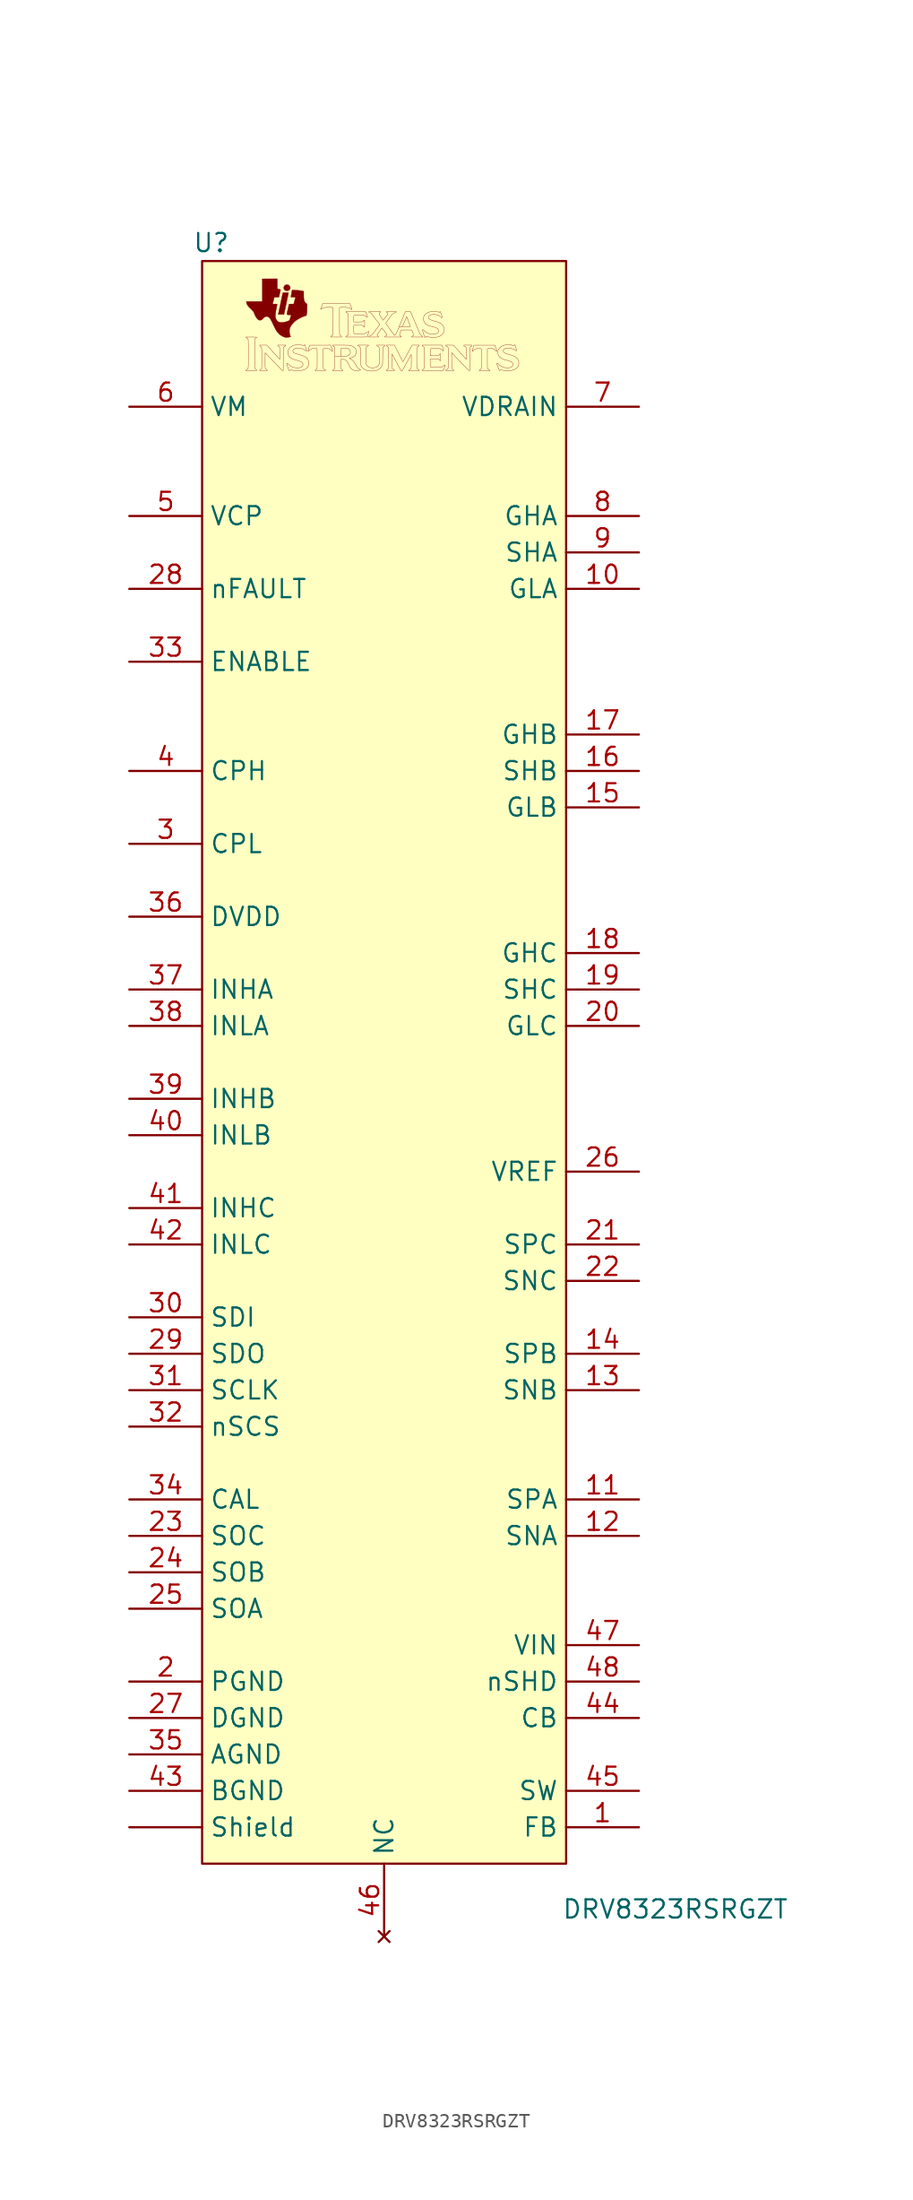
<source format=kicad_sym>
(kicad_symbol_lib
  (version 20241209)
  (generator "kicad_symbol_editor")
  (generator_version "9.0")
  (symbol "DRV8323RSRGZT"
    (property "Reference" "U"
      (at 0.635 113.03 0)
      (effects (font (size 1.27 1.27))))
    (property "Value" "DRV8323RSRGZT"
      (at 33.02 -3.175 0)
      (effects (font (size 1.27 1.27))))
    (symbol "DRV8323RSRGZT_0_0"
      (polyline (pts (xy 3.81 104.14) (xy 3.808 104.158) (xy 3.8 104.171) (xy 3.781 104.182) (xy 3.766 104.191) (xy 3.723 104.226) (xy 3.69 104.273) (xy 3.673 104.304) (xy 3.673 105.296) (xy 3.673 106.289) (xy 3.69 106.32) (xy 3.699 106.336) (xy 3.736 106.379) (xy 3.781 106.411) (xy 3.802 106.426) (xy 3.81 106.441) (xy 3.81 106.444) (xy 3.808 106.447) (xy 3.804 106.45) (xy 3.796 106.452) (xy 3.782 106.453) (xy 3.762 106.455) (xy 3.734 106.456) (xy 3.697 106.456) (xy 3.649 106.456) (xy 3.59 106.457) (xy 3.517 106.457) (xy 3.43 106.457) (xy 3.051 106.457) (xy 3.054 106.44) (xy 3.057 106.432) (xy 3.071 106.42) (xy 3.098 106.408) (xy 3.111 106.402) (xy 3.143 106.384) (xy 3.17 106.362) (xy 3.176 106.356) (xy 3.183 106.35) (xy 3.19 106.343) (xy 3.196 106.335) (xy 3.2 106.326) (xy 3.205 106.315) (xy 3.209 106.3) (xy 3.212 106.282) (xy 3.215 106.258) (xy 3.217 106.229) (xy 3.219 106.193) (xy 3.221 106.15) (xy 3.222 106.099) (xy 3.223 106.039) (xy 3.223 105.969) (xy 3.224 105.888) (xy 3.224 105.796) (xy 3.224 105.692) (xy 3.224 105.574) (xy 3.224 105.443) (xy 3.224 105.296) (xy 3.224 105.18) (xy 3.224 105.045) (xy 3.224 104.925) (xy 3.224 104.818) (xy 3.224 104.723) (xy 3.223 104.64) (xy 3.223 104.568) (xy 3.222 104.506) (xy 3.221 104.453) (xy 3.219 104.408) (xy 3.218 104.371) (xy 3.215 104.341) (xy 3.213 104.316) (xy 3.209 104.296) (xy 3.206 104.281) (xy 3.201 104.269) (xy 3.197 104.26) (xy 3.191 104.252) (xy 3.185 104.245) (xy 3.178 104.238) (xy 3.17 104.23) (xy 3.159 104.221) (xy 3.129 104.2) (xy 3.098 104.185) (xy 3.078 104.177) (xy 3.063 104.168) (xy 3.056 104.158) (xy 3.054 104.141) (xy 3.051 104.113) (xy 3.431 104.113) (xy 3.81 104.113) (xy 3.81 104.14)) (stroke (width 0.01) (type default)) (fill (type color) (color 0 0 0 1)))
      (polyline (pts (xy 4.544 104.139) (xy 4.543 104.153) (xy 4.538 104.165) (xy 4.525 104.176) (xy 4.501 104.19) (xy 4.495 104.194) (xy 4.453 104.228) (xy 4.422 104.273) (xy 4.404 104.327) (xy 4.402 104.34) (xy 4.401 104.37) (xy 4.399 104.415) (xy 4.399 104.476) (xy 4.398 104.552) (xy 4.397 104.642) (xy 4.397 104.747) (xy 4.398 104.867) (xy 4.4 105.366) (xy 5 104.74) (xy 5.01 104.73) (xy 5.102 104.633) (xy 5.184 104.547) (xy 5.257 104.472) (xy 5.321 104.405) (xy 5.376 104.347) (xy 5.424 104.298) (xy 5.465 104.256) (xy 5.5 104.221) (xy 5.529 104.192) (xy 5.552 104.169) (xy 5.571 104.15) (xy 5.587 104.137) (xy 5.598 104.127) (xy 5.608 104.12) (xy 5.615 104.116) (xy 5.621 104.114) (xy 5.626 104.113) (xy 5.631 104.113) (xy 5.661 104.113) (xy 5.663 104.908) (xy 5.666 105.703) (xy 5.683 105.736) (xy 5.708 105.77) (xy 5.748 105.802) (xy 5.798 105.827) (xy 5.809 105.832) (xy 5.825 105.84) (xy 5.832 105.851) (xy 5.834 105.868) (xy 5.834 105.894) (xy 5.556 105.894) (xy 5.279 105.894) (xy 5.279 105.868) (xy 5.279 105.858) (xy 5.283 105.846) (xy 5.295 105.836) (xy 5.317 105.825) (xy 5.358 105.8) (xy 5.392 105.765) (xy 5.413 105.724) (xy 5.414 105.719) (xy 5.416 105.699) (xy 5.418 105.667) (xy 5.419 105.624) (xy 5.421 105.573) (xy 5.423 105.515) (xy 5.424 105.451) (xy 5.425 105.384) (xy 5.426 105.315) (xy 5.426 105.247) (xy 5.426 105.18) (xy 5.427 105.116) (xy 5.426 105.058) (xy 5.426 105.007) (xy 5.425 104.964) (xy 5.424 104.931) (xy 5.422 104.911) (xy 5.42 104.905) (xy 5.417 104.909) (xy 5.404 104.922) (xy 5.381 104.947) (xy 5.351 104.98) (xy 5.312 105.022) (xy 5.267 105.071) (xy 5.216 105.127) (xy 5.159 105.189) (xy 5.098 105.256) (xy 5.033 105.328) (xy 4.966 105.402) (xy 4.518 105.894) (xy 4.27 105.894) (xy 4.021 105.894) (xy 4.021 105.868) (xy 4.022 105.854) (xy 4.027 105.843) (xy 4.04 105.833) (xy 4.064 105.82) (xy 4.068 105.818) (xy 4.108 105.79) (xy 4.136 105.754) (xy 4.153 105.707) (xy 4.155 105.692) (xy 4.156 105.664) (xy 4.157 105.622) (xy 4.158 105.57) (xy 4.159 105.507) (xy 4.16 105.436) (xy 4.16 105.358) (xy 4.161 105.274) (xy 4.161 105.186) (xy 4.161 105.095) (xy 4.161 105.003) (xy 4.161 104.91) (xy 4.161 104.82) (xy 4.161 104.732) (xy 4.16 104.648) (xy 4.16 104.57) (xy 4.159 104.499) (xy 4.158 104.436) (xy 4.157 104.384) (xy 4.156 104.343) (xy 4.155 104.314) (xy 4.153 104.3) (xy 4.152 104.296) (xy 4.134 104.25) (xy 4.106 104.214) (xy 4.064 104.187) (xy 4.042 104.175) (xy 4.028 104.165) (xy 4.022 104.154) (xy 4.021 104.139) (xy 4.021 104.113) (xy 4.283 104.113) (xy 4.544 104.113) (xy 4.544 104.139)) (stroke (width 0.01) (type default)) (fill (type color) (color 0 0 0 1)))
      (polyline (pts (xy 5.731 108.115) (xy 5.734 108.13) (xy 5.744 108.177) (xy 5.755 108.225) (xy 5.763 108.265) (xy 5.764 108.271) (xy 5.783 108.361) (xy 5.8 108.438) (xy 5.813 108.503) (xy 5.825 108.56) (xy 5.826 108.565) (xy 5.833 108.597) (xy 5.843 108.641) (xy 5.853 108.691) (xy 5.865 108.746) (xy 5.876 108.801) (xy 5.877 108.806) (xy 5.889 108.863) (xy 5.901 108.921) (xy 5.913 108.977) (xy 5.923 109.025) (xy 5.931 109.062) (xy 5.939 109.098) (xy 5.947 109.137) (xy 5.954 109.169) (xy 5.959 109.191) (xy 5.96 109.196) (xy 5.965 109.221) (xy 5.972 109.255) (xy 5.981 109.296) (xy 5.99 109.34) (xy 5.993 109.353) (xy 6.002 109.396) (xy 6.01 109.437) (xy 6.017 109.47) (xy 6.022 109.492) (xy 6.024 109.505) (xy 6.029 109.529) (xy 6.034 109.545) (xy 6.034 109.546) (xy 6.034 109.55) (xy 6.03 109.553) (xy 6.021 109.555) (xy 6.005 109.556) (xy 5.98 109.558) (xy 5.944 109.558) (xy 5.897 109.558) (xy 5.836 109.558) (xy 5.633 109.558) (xy 5.612 109.455) (xy 5.602 109.411) (xy 5.592 109.363) (xy 5.583 109.319) (xy 5.576 109.285) (xy 5.575 109.281) (xy 5.568 109.249) (xy 5.56 109.214) (xy 5.552 109.173) (xy 5.541 109.124) (xy 5.529 109.064) (xy 5.513 108.992) (xy 5.511 108.979) (xy 5.501 108.933) (xy 5.49 108.885) (xy 5.482 108.844) (xy 5.48 108.836) (xy 5.474 108.805) (xy 5.465 108.763) (xy 5.454 108.711) (xy 5.442 108.653) (xy 5.429 108.591) (xy 5.415 108.527) (xy 5.411 108.507) (xy 5.397 108.441) (xy 5.384 108.378) (xy 5.371 108.318) (xy 5.36 108.265) (xy 5.351 108.222) (xy 5.344 108.191) (xy 5.338 108.159) (xy 5.33 108.121) (xy 5.323 108.089) (xy 5.319 108.068) (xy 5.312 108.035) (xy 5.513 108.035) (xy 5.714 108.035) (xy 5.731 108.115)) (stroke (width 0.01) (type default)) (fill (type outline)))
      (polyline (pts (xy 5.942 106.432) (xy 6.006 106.439) (xy 6.07 106.45) (xy 6.131 106.466) (xy 6.183 106.481) (xy 6.156 106.543) (xy 6.156 106.544) (xy 6.134 106.606) (xy 6.116 106.677) (xy 6.103 106.753) (xy 6.096 106.829) (xy 6.094 106.9) (xy 6.099 106.962) (xy 6.109 107.015) (xy 6.137 107.105) (xy 6.177 107.193) (xy 6.23 107.281) (xy 6.298 107.368) (xy 6.38 107.458) (xy 6.442 107.517) (xy 6.509 107.576) (xy 6.577 107.628) (xy 6.649 107.677) (xy 6.676 107.693) (xy 6.719 107.718) (xy 6.766 107.745) (xy 6.813 107.771) (xy 6.856 107.794) (xy 6.893 107.812) (xy 6.92 107.825) (xy 6.938 107.833) (xy 6.967 107.846) (xy 6.99 107.857) (xy 7 107.861) (xy 7.025 107.871) (xy 7.059 107.883) (xy 7.1 107.897) (xy 7.144 107.912) (xy 7.272 107.953) (xy 7.279 107.98) (xy 7.282 107.995) (xy 7.288 108.023) (xy 7.296 108.059) (xy 7.303 108.097) (xy 7.303 108.098) (xy 7.308 108.123) (xy 7.311 108.148) (xy 7.315 108.174) (xy 7.317 108.204) (xy 7.319 108.24) (xy 7.321 108.283) (xy 7.322 108.335) (xy 7.323 108.399) (xy 7.324 108.477) (xy 7.327 108.766) (xy 7.295 108.781) (xy 7.268 108.797) (xy 7.237 108.825) (xy 7.205 108.859) (xy 7.177 108.896) (xy 7.155 108.932) (xy 7.152 108.939) (xy 7.136 108.973) (xy 7.124 109.008) (xy 7.114 109.044) (xy 7.106 109.085) (xy 7.1 109.133) (xy 7.096 109.188) (xy 7.093 109.253) (xy 7.092 109.329) (xy 7.091 109.42) (xy 7.091 109.645) (xy 7.064 109.657) (xy 7.054 109.661) (xy 7.014 109.672) (xy 6.962 109.683) (xy 6.898 109.693) (xy 6.825 109.703) (xy 6.744 109.711) (xy 6.658 109.719) (xy 6.567 109.725) (xy 6.475 109.73) (xy 6.382 109.733) (xy 6.38 109.733) (xy 6.339 109.734) (xy 6.31 109.734) (xy 6.292 109.733) (xy 6.282 109.73) (xy 6.277 109.726) (xy 6.275 109.719) (xy 6.27 109.694) (xy 6.261 109.648) (xy 6.251 109.591) (xy 6.239 109.523) (xy 6.235 109.495) (xy 6.226 109.442) (xy 6.216 109.388) (xy 6.208 109.341) (xy 6.203 109.308) (xy 6.198 109.277) (xy 6.194 109.255) (xy 6.193 109.245) (xy 6.193 109.245) (xy 6.204 109.243) (xy 6.227 109.241) (xy 6.261 109.239) (xy 6.304 109.238) (xy 6.354 109.238) (xy 6.514 109.238) (xy 6.509 109.221) (xy 6.508 109.219) (xy 6.504 109.205) (xy 6.497 109.178) (xy 6.487 109.14) (xy 6.476 109.094) (xy 6.462 109.041) (xy 6.448 108.984) (xy 6.392 108.765) (xy 6.23 108.763) (xy 6.215 108.763) (xy 6.168 108.762) (xy 6.128 108.761) (xy 6.096 108.76) (xy 6.075 108.759) (xy 6.068 108.757) (xy 6.067 108.755) (xy 6.064 108.74) (xy 6.058 108.712) (xy 6.048 108.672) (xy 6.037 108.624) (xy 6.024 108.567) (xy 6.009 108.504) (xy 5.993 108.435) (xy 5.985 108.403) (xy 5.966 108.318) (xy 5.949 108.247) (xy 5.937 108.188) (xy 5.928 108.14) (xy 5.923 108.102) (xy 5.922 108.072) (xy 5.924 108.05) (xy 5.93 108.034) (xy 5.939 108.023) (xy 5.952 108.016) (xy 5.969 108.012) (xy 5.989 108.008) (xy 6.008 108.007) (xy 6.04 108.005) (xy 6.079 108.004) (xy 6.12 108.004) (xy 6.157 108.003) (xy 6.188 108.002) (xy 6.209 107.999) (xy 6.216 107.996) (xy 6.215 107.987) (xy 6.209 107.971) (xy 6.208 107.968) (xy 6.202 107.951) (xy 6.193 107.923) (xy 6.181 107.887) (xy 6.169 107.847) (xy 6.168 107.844) (xy 6.154 107.799) (xy 6.14 107.754) (xy 6.127 107.713) (xy 6.117 107.682) (xy 6.098 107.622) (xy 6.018 107.587) (xy 5.982 107.572) (xy 5.881 107.534) (xy 5.783 107.508) (xy 5.684 107.491) (xy 5.58 107.483) (xy 5.503 107.482) (xy 5.436 107.488) (xy 5.379 107.501) (xy 5.329 107.521) (xy 5.284 107.55) (xy 5.241 107.589) (xy 5.237 107.593) (xy 5.192 107.65) (xy 5.157 107.718) (xy 5.13 107.798) (xy 5.125 107.818) (xy 5.12 107.842) (xy 5.117 107.866) (xy 5.116 107.895) (xy 5.117 107.932) (xy 5.118 107.98) (xy 5.12 108.021) (xy 5.122 108.059) (xy 5.124 108.092) (xy 5.126 108.124) (xy 5.13 108.155) (xy 5.135 108.189) (xy 5.141 108.227) (xy 5.149 108.272) (xy 5.158 108.326) (xy 5.171 108.391) (xy 5.186 108.469) (xy 5.186 108.471) (xy 5.198 108.535) (xy 5.21 108.594) (xy 5.22 108.647) (xy 5.228 108.691) (xy 5.234 108.725) (xy 5.238 108.748) (xy 5.24 108.756) (xy 5.239 108.757) (xy 5.23 108.758) (xy 5.207 108.76) (xy 5.174 108.761) (xy 5.132 108.761) (xy 5.085 108.761) (xy 5.077 108.761) (xy 5.03 108.762) (xy 4.989 108.762) (xy 4.957 108.763) (xy 4.935 108.764) (xy 4.926 108.765) (xy 4.926 108.767) (xy 4.928 108.78) (xy 4.933 108.806) (xy 4.941 108.841) (xy 4.952 108.883) (xy 4.964 108.931) (xy 4.965 108.937) (xy 4.979 108.991) (xy 4.993 109.044) (xy 5.005 109.094) (xy 5.016 109.136) (xy 5.023 109.166) (xy 5.04 109.238) (xy 5.202 109.238) (xy 5.364 109.238) (xy 5.379 109.31) (xy 5.38 109.312) (xy 5.386 109.343) (xy 5.396 109.385) (xy 5.407 109.435) (xy 5.419 109.489) (xy 5.431 109.543) (xy 5.433 109.553) (xy 5.444 109.603) (xy 5.453 109.649) (xy 5.462 109.688) (xy 5.467 109.717) (xy 5.471 109.734) (xy 5.475 109.766) (xy 5.399 109.787) (xy 5.38 109.793) (xy 5.343 109.805) (xy 5.31 109.817) (xy 5.287 109.827) (xy 5.252 109.845) (xy 5.25 110.184) (xy 5.247 110.523) (xy 4.724 110.521) (xy 4.201 110.519) (xy 4.201 109.73) (xy 4.201 108.941) (xy 3.642 108.941) (xy 3.606 108.941) (xy 3.506 108.941) (xy 3.414 108.941) (xy 3.332 108.94) (xy 3.26 108.939) (xy 3.199 108.939) (xy 3.15 108.938) (xy 3.113 108.937) (xy 3.091 108.935) (xy 3.083 108.934) (xy 3.085 108.921) (xy 3.089 108.894) (xy 3.096 108.861) (xy 3.105 108.825) (xy 3.114 108.791) (xy 3.123 108.765) (xy 3.15 108.707) (xy 3.192 108.641) (xy 3.247 108.573) (xy 3.313 108.504) (xy 3.373 108.447) (xy 3.435 108.386) (xy 3.486 108.335) (xy 3.527 108.292) (xy 3.559 108.258) (xy 3.581 108.232) (xy 3.594 108.214) (xy 3.6 108.201) (xy 3.614 108.172) (xy 3.628 108.136) (xy 3.642 108.099) (xy 3.667 108.033) (xy 3.708 107.943) (xy 3.752 107.862) (xy 3.799 107.79) (xy 3.848 107.731) (xy 3.897 107.684) (xy 3.947 107.652) (xy 3.955 107.648) (xy 3.981 107.639) (xy 4.008 107.634) (xy 4.044 107.633) (xy 4.045 107.633) (xy 4.076 107.634) (xy 4.104 107.639) (xy 4.129 107.648) (xy 4.155 107.664) (xy 4.185 107.687) (xy 4.219 107.719) (xy 4.262 107.761) (xy 4.291 107.79) (xy 4.331 107.826) (xy 4.365 107.853) (xy 4.397 107.871) (xy 4.429 107.882) (xy 4.464 107.888) (xy 4.505 107.889) (xy 4.539 107.888) (xy 4.588 107.876) (xy 4.634 107.854) (xy 4.678 107.82) (xy 4.721 107.772) (xy 4.767 107.71) (xy 4.782 107.685) (xy 4.804 107.647) (xy 4.828 107.602) (xy 4.855 107.55) (xy 4.882 107.497) (xy 4.908 107.444) (xy 4.931 107.394) (xy 4.95 107.351) (xy 4.954 107.343) (xy 4.97 107.31) (xy 4.99 107.267) (xy 5.014 107.219) (xy 5.04 107.167) (xy 5.066 107.115) (xy 5.092 107.065) (xy 5.115 107.02) (xy 5.134 106.984) (xy 5.149 106.959) (xy 5.207 106.869) (xy 5.274 106.782) (xy 5.345 106.702) (xy 5.417 106.635) (xy 5.449 106.609) (xy 5.532 106.552) (xy 5.622 106.503) (xy 5.715 106.464) (xy 5.806 106.437) (xy 5.831 106.433) (xy 5.882 106.43) (xy 5.942 106.432)) (stroke (width 0.01) (type default)) (fill (type outline)))
      (polyline (pts (xy 5.989 109.69) (xy 6.044 109.713) (xy 6.094 109.751) (xy 6.115 109.775) (xy 6.141 109.821) (xy 6.154 109.872) (xy 6.152 109.925) (xy 6.135 109.977) (xy 6.13 109.988) (xy 6.096 110.038) (xy 6.053 110.075) (xy 6.001 110.099) (xy 5.94 110.111) (xy 5.924 110.112) (xy 5.865 110.106) (xy 5.811 110.086) (xy 5.766 110.056) (xy 5.731 110.014) (xy 5.707 109.964) (xy 5.695 109.905) (xy 5.694 109.892) (xy 5.699 109.84) (xy 5.716 109.796) (xy 5.748 109.755) (xy 5.776 109.73) (xy 5.825 109.701) (xy 5.882 109.685) (xy 5.928 109.682) (xy 5.989 109.69)) (stroke (width 0.01) (type default)) (fill (type outline)))
      (polyline (pts (xy 6.103 104.117) (xy 6.119 104.128) (xy 6.13 104.139) (xy 6.141 104.144) (xy 6.149 104.147) (xy 6.163 104.157) (xy 6.164 104.158) (xy 6.171 104.163) (xy 6.18 104.165) (xy 6.194 104.165) (xy 6.216 104.162) (xy 6.248 104.157) (xy 6.293 104.149) (xy 6.346 104.14) (xy 6.428 104.128) (xy 6.503 104.12) (xy 6.575 104.115) (xy 6.651 104.114) (xy 6.735 104.115) (xy 6.832 104.12) (xy 6.936 104.132) (xy 7.029 104.151) (xy 7.111 104.177) (xy 7.184 104.211) (xy 7.248 104.254) (xy 7.307 104.304) (xy 7.325 104.323) (xy 7.363 104.367) (xy 7.391 104.409) (xy 7.411 104.455) (xy 7.428 104.508) (xy 7.441 104.589) (xy 7.443 104.673) (xy 7.431 104.756) (xy 7.407 104.835) (xy 7.37 104.907) (xy 7.323 104.97) (xy 7.305 104.989) (xy 7.264 105.026) (xy 7.218 105.06) (xy 7.165 105.091) (xy 7.105 105.122) (xy 7.034 105.151) (xy 6.952 105.181) (xy 6.858 105.211) (xy 6.749 105.242) (xy 6.708 105.254) (xy 6.624 105.279) (xy 6.552 105.301) (xy 6.494 105.322) (xy 6.446 105.343) (xy 6.409 105.363) (xy 6.381 105.383) (xy 6.361 105.405) (xy 6.347 105.428) (xy 6.339 105.454) (xy 6.335 105.484) (xy 6.335 105.484) (xy 6.335 105.515) (xy 6.34 105.539) (xy 6.351 105.562) (xy 6.375 105.594) (xy 6.418 105.628) (xy 6.474 105.655) (xy 6.543 105.675) (xy 6.623 105.687) (xy 6.714 105.691) (xy 6.742 105.691) (xy 6.849 105.681) (xy 6.949 105.66) (xy 7.04 105.627) (xy 7.123 105.583) (xy 7.195 105.527) (xy 7.215 105.51) (xy 7.234 105.496) (xy 7.25 105.49) (xy 7.269 105.488) (xy 7.3 105.488) (xy 7.241 105.706) (xy 7.182 105.924) (xy 7.153 105.909) (xy 7.148 105.906) (xy 7.13 105.892) (xy 7.12 105.879) (xy 7.119 105.873) (xy 7.114 105.867) (xy 7.104 105.864) (xy 7.089 105.865) (xy 7.064 105.868) (xy 7.029 105.875) (xy 6.98 105.886) (xy 6.919 105.899) (xy 6.835 105.914) (xy 6.76 105.922) (xy 6.689 105.925) (xy 6.622 105.922) (xy 6.552 105.914) (xy 6.499 105.905) (xy 6.4 105.878) (xy 6.309 105.842) (xy 6.227 105.798) (xy 6.156 105.745) (xy 6.095 105.686) (xy 6.047 105.62) (xy 6.012 105.548) (xy 5.99 105.471) (xy 5.982 105.39) (xy 5.983 105.363) (xy 5.994 105.277) (xy 6.019 105.199) (xy 6.058 105.127) (xy 6.109 105.064) (xy 6.171 105.011) (xy 6.178 105.006) (xy 6.216 104.982) (xy 6.255 104.96) (xy 6.297 104.939) (xy 6.345 104.919) (xy 6.401 104.9) (xy 6.465 104.879) (xy 6.542 104.857) (xy 6.631 104.832) (xy 6.655 104.826) (xy 6.73 104.805) (xy 6.792 104.786) (xy 6.843 104.767) (xy 6.885 104.749) (xy 6.92 104.731) (xy 6.949 104.711) (xy 6.96 104.702) (xy 6.999 104.662) (xy 7.024 104.616) (xy 7.036 104.568) (xy 7.035 104.519) (xy 7.021 104.472) (xy 6.995 104.428) (xy 6.957 104.389) (xy 6.906 104.358) (xy 6.873 104.344) (xy 6.835 104.332) (xy 6.793 104.324) (xy 6.744 104.319) (xy 6.686 104.317) (xy 6.615 104.318) (xy 6.587 104.319) (xy 6.538 104.321) (xy 6.498 104.324) (xy 6.465 104.328) (xy 6.434 104.334) (xy 6.402 104.342) (xy 6.383 104.347) (xy 6.278 104.386) (xy 6.178 104.438) (xy 6.086 104.503) (xy 6.003 104.581) (xy 5.951 104.637) (xy 5.928 104.625) (xy 5.927 104.624) (xy 5.91 104.614) (xy 5.901 104.606) (xy 5.901 104.604) (xy 5.905 104.588) (xy 5.914 104.56) (xy 5.926 104.522) (xy 5.941 104.476) (xy 5.959 104.424) (xy 5.979 104.366) (xy 5.989 104.336) (xy 6.009 104.281) (xy 6.026 104.231) (xy 6.041 104.188) (xy 6.053 104.154) (xy 6.061 104.132) (xy 6.064 104.123) (xy 6.069 104.117) (xy 6.084 104.113) (xy 6.103 104.117)) (stroke (width 0.01) (type default)) (fill (type color) (color 0 0 0 1)))
      (polyline (pts (xy 8.615 104.139) (xy 8.615 104.141) (xy 8.614 104.155) (xy 8.608 104.165) (xy 8.594 104.173) (xy 8.568 104.182) (xy 8.552 104.189) (xy 8.511 104.21) (xy 8.482 104.237) (xy 8.461 104.271) (xy 8.46 104.276) (xy 8.457 104.283) (xy 8.455 104.293) (xy 8.453 104.305) (xy 8.452 104.322) (xy 8.45 104.343) (xy 8.449 104.371) (xy 8.448 104.406) (xy 8.448 104.45) (xy 8.447 104.503) (xy 8.447 104.566) (xy 8.446 104.64) (xy 8.446 104.727) (xy 8.445 104.828) (xy 8.445 104.943) (xy 8.445 104.973) (xy 8.444 105.104) (xy 8.444 105.219) (xy 8.444 105.319) (xy 8.445 105.404) (xy 8.446 105.474) (xy 8.447 105.53) (xy 8.448 105.572) (xy 8.449 105.599) (xy 8.451 105.613) (xy 8.453 105.618) (xy 8.463 105.639) (xy 8.476 105.653) (xy 8.481 105.654) (xy 8.502 105.657) (xy 8.538 105.659) (xy 8.588 105.659) (xy 8.653 105.658) (xy 8.686 105.657) (xy 8.744 105.655) (xy 8.791 105.652) (xy 8.828 105.646) (xy 8.859 105.638) (xy 8.886 105.627) (xy 8.911 105.612) (xy 8.938 105.594) (xy 8.941 105.59) (xy 8.962 105.571) (xy 8.988 105.544) (xy 9.014 105.513) (xy 9.039 105.483) (xy 9.057 105.458) (xy 9.059 105.458) (xy 9.07 105.462) (xy 9.087 105.47) (xy 9.103 105.478) (xy 9.113 105.484) (xy 9.113 105.484) (xy 9.111 105.493) (xy 9.104 105.515) (xy 9.093 105.547) (xy 9.079 105.588) (xy 9.062 105.637) (xy 9.044 105.69) (xy 8.972 105.894) (xy 8.238 105.892) (xy 7.503 105.89) (xy 7.446 105.688) (xy 7.441 105.668) (xy 7.425 105.611) (xy 7.413 105.567) (xy 7.404 105.534) (xy 7.399 105.51) (xy 7.396 105.494) (xy 7.396 105.483) (xy 7.398 105.476) (xy 7.401 105.471) (xy 7.406 105.466) (xy 7.412 105.465) (xy 7.421 105.468) (xy 7.434 105.479) (xy 7.454 105.498) (xy 7.483 105.526) (xy 7.5 105.543) (xy 7.548 105.585) (xy 7.595 105.617) (xy 7.644 105.638) (xy 7.696 105.651) (xy 7.708 105.653) (xy 7.739 105.656) (xy 7.777 105.658) (xy 7.821 105.659) (xy 7.866 105.66) (xy 7.91 105.66) (xy 7.951 105.658) (xy 7.985 105.656) (xy 8.008 105.654) (xy 8.02 105.65) (xy 8.02 105.649) (xy 8.022 105.634) (xy 8.023 105.606) (xy 8.025 105.566) (xy 8.026 105.514) (xy 8.027 105.453) (xy 8.028 105.383) (xy 8.028 105.307) (xy 8.029 105.225) (xy 8.029 105.139) (xy 8.03 105.05) (xy 8.03 104.96) (xy 8.03 104.87) (xy 8.029 104.781) (xy 8.029 104.695) (xy 8.028 104.613) (xy 8.028 104.537) (xy 8.027 104.468) (xy 8.026 104.406) (xy 8.025 104.355) (xy 8.023 104.314) (xy 8.022 104.286) (xy 8.02 104.272) (xy 8.02 104.27) (xy 8.002 104.231) (xy 7.971 104.2) (xy 7.928 104.179) (xy 7.91 104.173) (xy 7.895 104.165) (xy 7.889 104.156) (xy 7.888 104.139) (xy 7.888 104.113) (xy 8.252 104.113) (xy 8.615 104.113) (xy 8.615 104.139)) (stroke (width 0.01) (type default)) (fill (type color) (color 0 0 0 1)))
      (polyline (pts (xy 9.732 106.483) (xy 9.732 106.487) (xy 9.729 106.503) (xy 9.72 106.513) (xy 9.699 106.524) (xy 9.657 106.548) (xy 9.624 106.581) (xy 9.602 106.623) (xy 9.601 106.627) (xy 9.598 106.635) (xy 9.597 106.644) (xy 9.595 106.656) (xy 9.594 106.671) (xy 9.592 106.691) (xy 9.591 106.715) (xy 9.591 106.746) (xy 9.59 106.784) (xy 9.589 106.83) (xy 9.589 106.884) (xy 9.588 106.948) (xy 9.588 107.022) (xy 9.588 107.107) (xy 9.588 107.205) (xy 9.588 107.316) (xy 9.588 107.44) (xy 9.588 107.58) (xy 9.588 108.495) (xy 9.605 108.513) (xy 9.608 108.516) (xy 9.613 108.52) (xy 9.62 108.524) (xy 9.63 108.526) (xy 9.645 108.528) (xy 9.666 108.529) (xy 9.697 108.53) (xy 9.737 108.531) (xy 9.789 108.531) (xy 9.856 108.53) (xy 9.9 108.53) (xy 9.967 108.529) (xy 10.022 108.528) (xy 10.067 108.526) (xy 10.103 108.524) (xy 10.134 108.521) (xy 10.162 108.516) (xy 10.212 108.505) (xy 10.277 108.483) (xy 10.334 108.453) (xy 10.379 108.419) (xy 10.393 108.406) (xy 10.415 108.391) (xy 10.435 108.386) (xy 10.452 108.389) (xy 10.459 108.396) (xy 10.459 108.397) (xy 10.456 108.408) (xy 10.448 108.431) (xy 10.437 108.464) (xy 10.423 108.504) (xy 10.407 108.549) (xy 10.39 108.596) (xy 10.373 108.643) (xy 10.357 108.687) (xy 10.342 108.727) (xy 10.33 108.759) (xy 10.321 108.781) (xy 10.316 108.791) (xy 10.314 108.792) (xy 10.307 108.793) (xy 10.293 108.794) (xy 10.271 108.796) (xy 10.242 108.796) (xy 10.205 108.797) (xy 10.158 108.798) (xy 10.101 108.798) (xy 10.033 108.799) (xy 9.954 108.799) (xy 9.862 108.799) (xy 9.758 108.799) (xy 9.641 108.799) (xy 9.509 108.799) (xy 9.362 108.799) (xy 8.416 108.797) (xy 8.348 108.609) (xy 8.339 108.585) (xy 8.318 108.527) (xy 8.301 108.482) (xy 8.289 108.447) (xy 8.281 108.422) (xy 8.275 108.405) (xy 8.273 108.395) (xy 8.273 108.389) (xy 8.275 108.387) (xy 8.279 108.386) (xy 8.279 108.386) (xy 8.29 108.392) (xy 8.309 108.404) (xy 8.332 108.421) (xy 8.345 108.431) (xy 8.381 108.456) (xy 8.417 108.476) (xy 8.457 108.492) (xy 8.501 108.505) (xy 8.551 108.515) (xy 8.61 108.522) (xy 8.678 108.527) (xy 8.759 108.529) (xy 8.853 108.53) (xy 8.876 108.53) (xy 8.944 108.53) (xy 8.998 108.53) (xy 9.04 108.528) (xy 9.073 108.526) (xy 9.097 108.522) (xy 9.113 108.517) (xy 9.125 108.51) (xy 9.132 108.501) (xy 9.138 108.489) (xy 9.138 108.489) (xy 9.139 108.479) (xy 9.141 108.459) (xy 9.142 108.427) (xy 9.143 108.384) (xy 9.143 108.329) (xy 9.144 108.261) (xy 9.145 108.18) (xy 9.145 108.086) (xy 9.145 107.978) (xy 9.145 107.855) (xy 9.145 107.718) (xy 9.144 107.566) (xy 9.142 106.664) (xy 9.121 106.621) (xy 9.118 106.615) (xy 9.093 106.577) (xy 9.059 106.548) (xy 9.014 106.526) (xy 9.004 106.523) (xy 8.987 106.514) (xy 8.979 106.503) (xy 8.976 106.485) (xy 8.973 106.457) (xy 9.353 106.457) (xy 9.732 106.457) (xy 9.732 106.483)) (stroke (width 0.01) (type default)) (fill (type color) (color 0 0 0 1)))
      (polyline (pts (xy 9.818 104.14) (xy 9.817 104.153) (xy 9.812 104.164) (xy 9.8 104.174) (xy 9.776 104.186) (xy 9.76 104.194) (xy 9.733 104.212) (xy 9.714 104.231) (xy 9.712 104.234) (xy 9.703 104.248) (xy 9.695 104.263) (xy 9.688 104.281) (xy 9.683 104.303) (xy 9.68 104.331) (xy 9.677 104.367) (xy 9.675 104.412) (xy 9.674 104.467) (xy 9.674 104.535) (xy 9.674 104.617) (xy 9.674 104.898) (xy 9.806 104.898) (xy 9.825 104.898) (xy 9.87 104.897) (xy 9.903 104.896) (xy 9.928 104.894) (xy 9.947 104.891) (xy 9.962 104.886) (xy 9.978 104.88) (xy 9.981 104.878) (xy 10.01 104.864) (xy 10.035 104.847) (xy 10.059 104.828) (xy 10.082 104.803) (xy 10.105 104.772) (xy 10.13 104.732) (xy 10.158 104.683) (xy 10.189 104.623) (xy 10.226 104.55) (xy 10.241 104.521) (xy 10.278 104.448) (xy 10.31 104.39) (xy 10.337 104.346) (xy 10.359 104.315) (xy 10.402 104.266) (xy 10.467 104.209) (xy 10.537 104.166) (xy 10.614 104.136) (xy 10.699 104.118) (xy 10.793 104.113) (xy 10.839 104.114) (xy 10.903 104.12) (xy 10.958 104.131) (xy 11.008 104.15) (xy 11.028 104.159) (xy 11.047 104.172) (xy 11.053 104.184) (xy 11.049 104.194) (xy 11.034 104.199) (xy 11.017 104.2) (xy 10.976 104.213) (xy 10.933 104.239) (xy 10.892 104.274) (xy 10.853 104.318) (xy 10.841 104.335) (xy 10.82 104.366) (xy 10.795 104.405) (xy 10.769 104.448) (xy 10.742 104.492) (xy 10.73 104.511) (xy 10.691 104.576) (xy 10.657 104.63) (xy 10.627 104.675) (xy 10.6 104.714) (xy 10.574 104.749) (xy 10.548 104.781) (xy 10.537 104.793) (xy 10.489 104.841) (xy 10.435 104.887) (xy 10.379 104.927) (xy 10.326 104.957) (xy 10.32 104.96) (xy 10.295 104.973) (xy 10.278 104.983) (xy 10.271 104.988) (xy 10.272 104.989) (xy 10.28 104.992) (xy 10.3 104.997) (xy 10.327 105.002) (xy 10.373 105.011) (xy 10.448 105.033) (xy 10.517 105.061) (xy 10.58 105.094) (xy 10.632 105.13) (xy 10.672 105.169) (xy 10.702 105.212) (xy 10.73 105.271) (xy 10.749 105.332) (xy 10.751 105.341) (xy 10.755 105.386) (xy 10.755 105.438) (xy 10.751 105.49) (xy 10.743 105.538) (xy 10.733 105.576) (xy 10.714 105.618) (xy 10.671 105.684) (xy 10.616 105.742) (xy 10.547 105.791) (xy 10.467 105.83) (xy 10.373 105.861) (xy 10.266 105.882) (xy 10.265 105.883) (xy 10.246 105.885) (xy 10.224 105.887) (xy 10.196 105.889) (xy 10.162 105.89) (xy 10.121 105.891) (xy 10.071 105.892) (xy 10.012 105.893) (xy 9.941 105.894) (xy 9.858 105.894) (xy 9.762 105.894) (xy 9.652 105.894) (xy 9.115 105.894) (xy 9.115 105.868) (xy 9.115 105.858) (xy 9.119 105.845) (xy 9.13 105.836) (xy 9.152 105.827) (xy 9.153 105.826) (xy 9.197 105.801) (xy 9.23 105.766) (xy 9.251 105.721) (xy 9.254 105.707) (xy 9.256 105.678) (xy 9.258 105.636) (xy 9.259 105.582) (xy 9.261 105.519) (xy 9.262 105.447) (xy 9.263 105.367) (xy 9.264 105.282) (xy 9.265 105.193) (xy 9.265 105.103) (xy 9.668 105.103) (xy 9.671 105.36) (xy 9.672 105.414) (xy 9.673 105.474) (xy 9.674 105.523) (xy 9.675 105.56) (xy 9.676 105.588) (xy 9.678 105.609) (xy 9.681 105.623) (xy 9.684 105.634) (xy 9.688 105.643) (xy 9.691 105.649) (xy 9.702 105.663) (xy 9.715 105.673) (xy 9.734 105.681) (xy 9.76 105.686) (xy 9.795 105.689) (xy 9.842 105.691) (xy 9.902 105.691) (xy 9.941 105.691) (xy 10.011 105.689) (xy 10.069 105.684) (xy 10.117 105.676) (xy 10.157 105.664) (xy 10.192 105.648) (xy 10.224 105.627) (xy 10.255 105.601) (xy 10.282 105.572) (xy 10.317 105.519) (xy 10.338 105.462) (xy 10.346 105.403) (xy 10.34 105.343) (xy 10.319 105.286) (xy 10.315 105.279) (xy 10.291 105.248) (xy 10.259 105.216) (xy 10.223 105.187) (xy 10.187 105.165) (xy 10.161 105.153) (xy 10.125 105.139) (xy 10.09 105.128) (xy 10.072 105.123) (xy 10.05 105.118) (xy 10.026 105.115) (xy 9.997 105.112) (xy 9.96 105.11) (xy 9.912 105.108) (xy 9.851 105.107) (xy 9.668 105.103) (xy 9.265 105.103) (xy 9.265 105.101) (xy 9.265 105.007) (xy 9.265 104.913) (xy 9.265 104.821) (xy 9.264 104.731) (xy 9.263 104.646) (xy 9.262 104.566) (xy 9.261 104.493) (xy 9.259 104.429) (xy 9.258 104.375) (xy 9.256 104.332) (xy 9.254 104.302) (xy 9.251 104.286) (xy 9.251 104.285) (xy 9.229 104.24) (xy 9.196 104.205) (xy 9.152 104.18) (xy 9.139 104.175) (xy 9.123 104.166) (xy 9.116 104.156) (xy 9.115 104.139) (xy 9.115 104.113) (xy 9.467 104.113) (xy 9.818 104.113) (xy 9.818 104.14)) (stroke (width 0.01) (type default)) (fill (type color) (color 0 0 0 1)))
      (polyline (pts (xy 10.776 106.459) (xy 11.523 106.461) (xy 11.58 106.644) (xy 11.594 106.689) (xy 11.609 106.742) (xy 11.62 106.783) (xy 11.627 106.813) (xy 11.629 106.834) (xy 11.628 106.847) (xy 11.623 106.853) (xy 11.614 106.855) (xy 11.612 106.854) (xy 11.599 106.846) (xy 11.579 106.83) (xy 11.556 106.809) (xy 11.553 106.807) (xy 11.521 106.781) (xy 11.486 106.757) (xy 11.455 106.739) (xy 11.449 106.736) (xy 11.427 106.725) (xy 11.405 106.717) (xy 11.382 106.71) (xy 11.357 106.704) (xy 11.328 106.7) (xy 11.292 106.697) (xy 11.249 106.694) (xy 11.197 106.693) (xy 11.135 106.692) (xy 11.06 106.691) (xy 10.971 106.691) (xy 10.936 106.691) (xy 10.867 106.692) (xy 10.803 106.692) (xy 10.747 106.692) (xy 10.699 106.693) (xy 10.661 106.694) (xy 10.636 106.695) (xy 10.625 106.696) (xy 10.623 106.697) (xy 10.613 106.7) (xy 10.605 106.706) (xy 10.598 106.716) (xy 10.593 106.731) (xy 10.59 106.752) (xy 10.587 106.782) (xy 10.585 106.821) (xy 10.584 106.871) (xy 10.584 106.934) (xy 10.584 107.012) (xy 10.584 107.278) (xy 10.879 107.276) (xy 11.174 107.273) (xy 11.213 107.254) (xy 11.213 107.253) (xy 11.239 107.238) (xy 11.256 107.22) (xy 11.271 107.193) (xy 11.28 107.176) (xy 11.29 107.16) (xy 11.301 107.154) (xy 11.316 107.152) (xy 11.342 107.152) (xy 11.342 107.39) (xy 11.342 107.629) (xy 11.315 107.629) (xy 11.3 107.628) (xy 11.288 107.621) (xy 11.28 107.603) (xy 11.268 107.579) (xy 11.242 107.55) (xy 11.209 107.526) (xy 11.208 107.526) (xy 11.2 107.523) (xy 11.184 107.521) (xy 11.162 107.519) (xy 11.13 107.517) (xy 11.088 107.516) (xy 11.034 107.515) (xy 10.968 107.514) (xy 10.887 107.513) (xy 10.584 107.511) (xy 10.584 107.729) (xy 10.584 107.775) (xy 10.584 107.83) (xy 10.585 107.872) (xy 10.585 107.903) (xy 10.587 107.926) (xy 10.589 107.942) (xy 10.591 107.953) (xy 10.595 107.961) (xy 10.6 107.967) (xy 10.602 107.97) (xy 10.611 107.979) (xy 10.621 107.986) (xy 10.634 107.992) (xy 10.653 107.996) (xy 10.678 107.999) (xy 10.71 108.001) (xy 10.752 108.003) (xy 10.806 108.003) (xy 10.871 108.003) (xy 10.951 108.002) (xy 11.001 108.001) (xy 11.067 108) (xy 11.121 107.999) (xy 11.163 107.998) (xy 11.197 107.996) (xy 11.222 107.994) (xy 11.242 107.992) (xy 11.258 107.989) (xy 11.271 107.985) (xy 11.318 107.967) (xy 11.387 107.929) (xy 11.447 107.879) (xy 11.492 107.833) (xy 11.519 107.846) (xy 11.523 107.848) (xy 11.539 107.858) (xy 11.545 107.867) (xy 11.544 107.87) (xy 11.539 107.886) (xy 11.53 107.911) (xy 11.519 107.942) (xy 11.515 107.95) (xy 11.501 107.986) (xy 11.484 108.029) (xy 11.466 108.077) (xy 11.447 108.123) (xy 11.403 108.238) (xy 10.716 108.238) (xy 10.028 108.238) (xy 10.031 108.21) (xy 10.033 108.196) (xy 10.038 108.185) (xy 10.051 108.177) (xy 10.075 108.168) (xy 10.094 108.161) (xy 10.129 108.143) (xy 10.156 108.12) (xy 10.178 108.089) (xy 10.197 108.054) (xy 10.197 107.347) (xy 10.197 106.64) (xy 10.18 106.608) (xy 10.169 106.591) (xy 10.147 106.564) (xy 10.117 106.544) (xy 10.075 106.526) (xy 10.072 106.525) (xy 10.048 106.516) (xy 10.035 106.507) (xy 10.03 106.498) (xy 10.029 106.483) (xy 10.029 106.457) (xy 10.776 106.459)) (stroke (width 0.01) (type default)) (fill (type color) (color 0 0 0 1)))
      (polyline (pts (xy 11.933 104.087) (xy 12.05 104.103) (xy 12.16 104.129) (xy 12.261 104.168) (xy 12.284 104.179) (xy 12.365 104.228) (xy 12.435 104.288) (xy 12.495 104.359) (xy 12.543 104.439) (xy 12.577 104.527) (xy 12.578 104.531) (xy 12.582 104.542) (xy 12.584 104.554) (xy 12.587 104.567) (xy 12.589 104.582) (xy 12.591 104.601) (xy 12.592 104.625) (xy 12.593 104.655) (xy 12.595 104.692) (xy 12.595 104.738) (xy 12.596 104.794) (xy 12.597 104.86) (xy 12.598 104.939) (xy 12.599 105.03) (xy 12.6 105.136) (xy 12.6 105.18) (xy 12.601 105.293) (xy 12.602 105.391) (xy 12.604 105.475) (xy 12.605 105.546) (xy 12.607 105.603) (xy 12.608 105.648) (xy 12.61 105.682) (xy 12.612 105.704) (xy 12.614 105.715) (xy 12.633 105.758) (xy 12.662 105.792) (xy 12.703 105.819) (xy 12.727 105.832) (xy 12.741 105.842) (xy 12.747 105.853) (xy 12.748 105.868) (xy 12.748 105.894) (xy 12.471 105.894) (xy 12.193 105.894) (xy 12.193 105.868) (xy 12.194 105.854) (xy 12.2 105.844) (xy 12.213 105.835) (xy 12.237 105.824) (xy 12.282 105.801) (xy 12.324 105.766) (xy 12.353 105.722) (xy 12.354 105.719) (xy 12.358 105.711) (xy 12.36 105.702) (xy 12.362 105.691) (xy 12.364 105.677) (xy 12.366 105.657) (xy 12.367 105.632) (xy 12.368 105.6) (xy 12.369 105.559) (xy 12.369 105.508) (xy 12.37 105.447) (xy 12.37 105.374) (xy 12.371 105.288) (xy 12.371 105.187) (xy 12.371 105.16) (xy 12.372 105.055) (xy 12.372 104.964) (xy 12.372 104.886) (xy 12.372 104.82) (xy 12.371 104.764) (xy 12.369 104.718) (xy 12.367 104.679) (xy 12.364 104.647) (xy 12.361 104.621) (xy 12.357 104.598) (xy 12.351 104.579) (xy 12.345 104.562) (xy 12.338 104.545) (xy 12.329 104.528) (xy 12.308 104.49) (xy 12.261 104.434) (xy 12.203 104.388) (xy 12.134 104.353) (xy 12.055 104.328) (xy 12.011 104.322) (xy 11.957 104.317) (xy 11.898 104.316) (xy 11.838 104.317) (xy 11.784 104.321) (xy 11.739 104.328) (xy 11.697 104.338) (xy 11.624 104.367) (xy 11.563 104.407) (xy 11.512 104.457) (xy 11.473 104.518) (xy 11.446 104.589) (xy 11.443 104.599) (xy 11.441 104.611) (xy 11.439 104.625) (xy 11.437 104.643) (xy 11.435 104.665) (xy 11.434 104.693) (xy 11.433 104.728) (xy 11.433 104.772) (xy 11.432 104.825) (xy 11.432 104.888) (xy 11.432 104.964) (xy 11.432 105.053) (xy 11.432 105.156) (xy 11.432 105.167) (xy 11.432 105.268) (xy 11.432 105.355) (xy 11.432 105.429) (xy 11.432 105.492) (xy 11.433 105.543) (xy 11.433 105.585) (xy 11.434 105.618) (xy 11.435 105.645) (xy 11.437 105.666) (xy 11.439 105.681) (xy 11.441 105.694) (xy 11.443 105.704) (xy 11.446 105.713) (xy 11.459 105.742) (xy 11.485 105.78) (xy 11.518 105.811) (xy 11.553 105.832) (xy 11.59 105.839) (xy 11.599 105.841) (xy 11.606 105.848) (xy 11.607 105.867) (xy 11.607 105.894) (xy 11.24 105.894) (xy 10.873 105.894) (xy 10.873 105.868) (xy 10.873 105.86) (xy 10.876 105.847) (xy 10.885 105.84) (xy 10.906 105.836) (xy 10.942 105.826) (xy 10.982 105.8) (xy 11.015 105.762) (xy 11.039 105.713) (xy 11.041 105.702) (xy 11.043 105.678) (xy 11.045 105.642) (xy 11.046 105.592) (xy 11.048 105.529) (xy 11.049 105.452) (xy 11.05 105.36) (xy 11.052 105.254) (xy 11.053 105.132) (xy 11.053 105.098) (xy 11.054 104.996) (xy 11.055 104.908) (xy 11.055 104.833) (xy 11.056 104.77) (xy 11.057 104.717) (xy 11.058 104.674) (xy 11.059 104.638) (xy 11.06 104.61) (xy 11.062 104.588) (xy 11.064 104.57) (xy 11.066 104.555) (xy 11.069 104.543) (xy 11.071 104.532) (xy 11.075 104.52) (xy 11.086 104.487) (xy 11.099 104.453) (xy 11.111 104.427) (xy 11.119 104.411) (xy 11.167 104.339) (xy 11.229 104.275) (xy 11.303 104.219) (xy 11.388 104.173) (xy 11.483 104.135) (xy 11.589 104.107) (xy 11.705 104.09) (xy 11.813 104.083) (xy 11.933 104.087)) (stroke (width 0.01) (type default)) (fill (type color) (color 0 0 0 1)))
      (polyline (pts (xy 12.31 106.483) (xy 12.31 106.498) (xy 12.303 106.509) (xy 12.287 106.514) (xy 12.283 106.515) (xy 12.261 106.526) (xy 12.24 106.542) (xy 12.222 106.568) (xy 12.216 106.602) (xy 12.225 106.641) (xy 12.231 106.651) (xy 12.244 106.672) (xy 12.264 106.701) (xy 12.289 106.738) (xy 12.318 106.78) (xy 12.35 106.825) (xy 12.383 106.872) (xy 12.416 106.918) (xy 12.448 106.963) (xy 12.477 107.004) (xy 12.503 107.039) (xy 12.523 107.067) (xy 12.537 107.085) (xy 12.544 107.093) (xy 12.547 107.091) (xy 12.558 107.078) (xy 12.576 107.056) (xy 12.601 107.026) (xy 12.629 106.99) (xy 12.661 106.949) (xy 12.694 106.906) (xy 12.728 106.862) (xy 12.761 106.818) (xy 12.792 106.778) (xy 12.819 106.741) (xy 12.842 106.71) (xy 12.858 106.688) (xy 12.866 106.674) (xy 12.868 106.67) (xy 12.877 106.643) (xy 12.88 106.614) (xy 12.879 106.593) (xy 12.872 106.574) (xy 12.855 106.554) (xy 12.827 106.533) (xy 12.792 106.518) (xy 12.779 106.514) (xy 12.764 106.508) (xy 12.757 106.498) (xy 12.756 106.482) (xy 12.756 106.457) (xy 13.326 106.457) (xy 13.897 106.457) (xy 13.897 106.482) (xy 13.896 106.489) (xy 13.893 106.503) (xy 13.884 106.511) (xy 13.863 106.517) (xy 13.837 106.528) (xy 13.804 106.554) (xy 13.789 106.576) (xy 13.78 106.602) (xy 13.781 106.632) (xy 13.789 106.671) (xy 13.806 106.72) (xy 13.813 106.738) (xy 13.83 106.781) (xy 13.848 106.828) (xy 13.864 106.871) (xy 13.894 106.953) (xy 14.256 106.955) (xy 14.265 106.955) (xy 14.355 106.955) (xy 14.434 106.955) (xy 14.499 106.955) (xy 14.552 106.954) (xy 14.591 106.953) (xy 14.616 106.951) (xy 14.626 106.949) (xy 14.628 106.947) (xy 14.635 106.931) (xy 14.646 106.905) (xy 14.66 106.871) (xy 14.675 106.832) (xy 14.691 106.79) (xy 14.706 106.748) (xy 14.72 106.709) (xy 14.731 106.676) (xy 14.739 106.652) (xy 14.741 106.642) (xy 14.746 106.61) (xy 14.745 106.586) (xy 14.742 106.578) (xy 14.724 106.549) (xy 14.696 106.526) (xy 14.663 106.514) (xy 14.655 106.513) (xy 14.639 106.509) (xy 14.632 106.5) (xy 14.631 106.483) (xy 14.631 106.457) (xy 15.01 106.457) (xy 15.389 106.457) (xy 15.389 106.482) (xy 15.389 106.483) (xy 15.387 106.497) (xy 15.38 106.508) (xy 15.366 106.52) (xy 15.341 106.535) (xy 15.308 106.557) (xy 15.265 106.595) (xy 15.228 106.638) (xy 15.201 106.682) (xy 15.197 106.692) (xy 15.187 106.715) (xy 15.171 106.752) (xy 15.151 106.799) (xy 15.126 106.858) (xy 15.097 106.925) (xy 15.064 107.002) (xy 15.028 107.086) (xy 14.99 107.176) (xy 14.949 107.272) (xy 14.906 107.372) (xy 14.862 107.476) (xy 14.54 108.234) (xy 14.364 108.236) (xy 14.358 108.236) (xy 14.3 108.237) (xy 14.255 108.237) (xy 14.222 108.236) (xy 14.201 108.234) (xy 14.188 108.232) (xy 14.184 108.228) (xy 14.182 108.224) (xy 14.167 108.189) (xy 14.148 108.142) (xy 14.125 108.085) (xy 14.098 108.02) (xy 14.068 107.948) (xy 14.036 107.869) (xy 14.001 107.785) (xy 13.965 107.698) (xy 13.927 107.608) (xy 13.889 107.517) (xy 13.851 107.425) (xy 13.814 107.335) (xy 13.777 107.247) (xy 13.755 107.194) (xy 13.985 107.194) (xy 13.985 107.195) (xy 13.992 107.212) (xy 14.004 107.241) (xy 14.02 107.28) (xy 14.039 107.327) (xy 14.061 107.38) (xy 14.085 107.437) (xy 14.11 107.498) (xy 14.136 107.559) (xy 14.161 107.62) (xy 14.185 107.678) (xy 14.208 107.732) (xy 14.228 107.78) (xy 14.245 107.821) (xy 14.259 107.852) (xy 14.268 107.873) (xy 14.271 107.881) (xy 14.275 107.875) (xy 14.283 107.857) (xy 14.296 107.826) (xy 14.312 107.786) (xy 14.332 107.736) (xy 14.354 107.678) (xy 14.378 107.614) (xy 14.404 107.545) (xy 14.428 107.481) (xy 14.452 107.415) (xy 14.475 107.355) (xy 14.494 107.302) (xy 14.511 107.258) (xy 14.523 107.224) (xy 14.532 107.202) (xy 14.535 107.193) (xy 14.534 107.191) (xy 14.525 107.189) (xy 14.509 107.187) (xy 14.483 107.185) (xy 14.446 107.184) (xy 14.398 107.184) (xy 14.336 107.183) (xy 14.26 107.183) (xy 14.216 107.183) (xy 14.15 107.183) (xy 14.097 107.184) (xy 14.056 107.185) (xy 14.026 107.186) (xy 14.005 107.187) (xy 13.992 107.189) (xy 13.986 107.191) (xy 13.985 107.194) (xy 13.755 107.194) (xy 13.742 107.163) (xy 13.709 107.083) (xy 13.678 107.009) (xy 13.65 106.943) (xy 13.625 106.885) (xy 13.605 106.836) (xy 13.589 106.799) (xy 13.578 106.773) (xy 13.572 106.76) (xy 13.566 106.75) (xy 13.541 106.705) (xy 13.515 106.663) (xy 13.489 106.627) (xy 13.465 106.599) (xy 13.444 106.581) (xy 13.429 106.574) (xy 13.427 106.575) (xy 13.422 106.576) (xy 13.416 106.581) (xy 13.408 106.588) (xy 13.398 106.6) (xy 13.384 106.617) (xy 13.366 106.64) (xy 13.344 106.669) (xy 13.317 106.707) (xy 13.284 106.752) (xy 13.244 106.807) (xy 13.198 106.873) (xy 13.143 106.949) (xy 13.081 107.037) (xy 13.072 107.049) (xy 13.013 107.132) (xy 12.962 107.205) (xy 12.917 107.269) (xy 12.88 107.323) (xy 12.852 107.366) (xy 12.831 107.398) (xy 12.819 107.419) (xy 12.816 107.427) (xy 12.817 107.43) (xy 12.829 107.449) (xy 12.849 107.478) (xy 12.875 107.515) (xy 12.906 107.559) (xy 12.941 107.608) (xy 12.978 107.661) (xy 13.017 107.716) (xy 13.056 107.77) (xy 13.095 107.824) (xy 13.131 107.875) (xy 13.165 107.921) (xy 13.194 107.96) (xy 13.217 107.992) (xy 13.234 108.015) (xy 13.243 108.026) (xy 13.261 108.043) (xy 13.322 108.091) (xy 13.392 108.131) (xy 13.467 108.161) (xy 13.545 108.186) (xy 13.545 108.212) (xy 13.545 108.238) (xy 13.205 108.238) (xy 12.865 108.238) (xy 12.865 108.212) (xy 12.865 108.206) (xy 12.868 108.192) (xy 12.877 108.185) (xy 12.897 108.18) (xy 12.925 108.171) (xy 12.949 108.155) (xy 12.954 108.15) (xy 12.963 108.137) (xy 12.966 108.121) (xy 12.964 108.096) (xy 12.962 108.085) (xy 12.954 108.055) (xy 12.944 108.03) (xy 12.942 108.027) (xy 12.93 108.01) (xy 12.912 107.985) (xy 12.887 107.953) (xy 12.858 107.915) (xy 12.827 107.874) (xy 12.793 107.831) (xy 12.76 107.788) (xy 12.727 107.747) (xy 12.697 107.709) (xy 12.671 107.677) (xy 12.651 107.651) (xy 12.637 107.635) (xy 12.631 107.629) (xy 12.627 107.634) (xy 12.615 107.65) (xy 12.598 107.676) (xy 12.575 107.709) (xy 12.549 107.748) (xy 12.521 107.79) (xy 12.492 107.835) (xy 12.463 107.879) (xy 12.437 107.92) (xy 12.413 107.958) (xy 12.393 107.989) (xy 12.379 108.013) (xy 12.371 108.026) (xy 12.367 108.035) (xy 12.357 108.077) (xy 12.362 108.115) (xy 12.381 108.148) (xy 12.405 108.168) (xy 12.432 108.18) (xy 12.449 108.184) (xy 12.457 108.193) (xy 12.459 108.212) (xy 12.459 108.238) (xy 12.049 108.238) (xy 11.639 108.238) (xy 11.639 108.211) (xy 11.639 108.198) (xy 11.644 108.187) (xy 11.656 108.18) (xy 11.68 108.171) (xy 11.709 108.161) (xy 11.758 108.138) (xy 11.799 108.109) (xy 11.836 108.072) (xy 11.873 108.022) (xy 11.874 108.021) (xy 11.887 108.002) (xy 11.91 107.972) (xy 11.939 107.933) (xy 11.975 107.886) (xy 12.015 107.832) (xy 12.06 107.774) (xy 12.107 107.713) (xy 12.156 107.65) (xy 12.167 107.636) (xy 12.213 107.576) (xy 12.256 107.519) (xy 12.295 107.469) (xy 12.329 107.424) (xy 12.357 107.387) (xy 12.379 107.358) (xy 12.392 107.34) (xy 12.396 107.332) (xy 12.393 107.327) (xy 12.381 107.309) (xy 12.361 107.282) (xy 12.335 107.246) (xy 12.302 107.202) (xy 12.265 107.152) (xy 12.224 107.096) (xy 12.18 107.038) (xy 12.144 106.99) (xy 12.1 106.932) (xy 12.06 106.877) (xy 12.023 106.829) (xy 11.992 106.786) (xy 11.967 106.752) (xy 11.949 106.728) (xy 11.94 106.714) (xy 11.936 106.709) (xy 11.886 106.65) (xy 11.825 106.598) (xy 11.755 106.555) (xy 11.68 106.523) (xy 11.659 106.516) (xy 11.645 106.509) (xy 11.64 106.499) (xy 11.639 106.483) (xy 11.639 106.457) (xy 11.975 106.457) (xy 12.31 106.457) (xy 12.31 106.483)) (stroke (width 0.01) (type default)) (fill (type color) (color 0 0 0 1)))
      (polyline (pts (xy 13.954 104.085) (xy 14.263 104.648) (xy 14.287 104.692) (xy 14.334 104.777) (xy 14.379 104.858) (xy 14.421 104.934) (xy 14.459 105.004) (xy 14.494 105.066) (xy 14.524 105.12) (xy 14.548 105.165) (xy 14.567 105.199) (xy 14.58 105.221) (xy 14.586 105.231) (xy 14.588 105.233) (xy 14.59 105.235) (xy 14.592 105.233) (xy 14.594 105.227) (xy 14.596 105.216) (xy 14.597 105.197) (xy 14.597 105.171) (xy 14.598 105.136) (xy 14.598 105.091) (xy 14.598 105.035) (xy 14.598 104.967) (xy 14.598 104.885) (xy 14.597 104.789) (xy 14.597 104.776) (xy 14.597 104.677) (xy 14.596 104.592) (xy 14.595 104.52) (xy 14.594 104.46) (xy 14.593 104.412) (xy 14.592 104.374) (xy 14.59 104.344) (xy 14.589 104.323) (xy 14.587 104.308) (xy 14.584 104.298) (xy 14.584 104.297) (xy 14.559 104.252) (xy 14.521 104.215) (xy 14.471 104.186) (xy 14.461 104.182) (xy 14.439 104.171) (xy 14.426 104.162) (xy 14.421 104.152) (xy 14.42 104.138) (xy 14.42 104.113) (xy 14.787 104.113) (xy 15.154 104.113) (xy 15.154 104.139) (xy 15.153 104.153) (xy 15.148 104.163) (xy 15.135 104.172) (xy 15.111 104.183) (xy 15.069 104.203) (xy 15.034 104.231) (xy 15.009 104.265) (xy 14.992 104.309) (xy 14.982 104.365) (xy 14.981 104.379) (xy 14.98 104.411) (xy 14.979 104.454) (xy 14.978 104.51) (xy 14.977 104.575) (xy 14.976 104.647) (xy 14.976 104.727) (xy 14.976 104.811) (xy 14.975 104.899) (xy 14.975 104.989) (xy 14.975 105.078) (xy 14.975 105.167) (xy 14.976 105.252) (xy 14.976 105.334) (xy 14.977 105.409) (xy 14.978 105.476) (xy 14.979 105.534) (xy 14.98 105.581) (xy 14.981 105.616) (xy 14.982 105.638) (xy 14.982 105.639) (xy 14.992 105.696) (xy 15.008 105.74) (xy 15.031 105.774) (xy 15.065 105.801) (xy 15.111 105.824) (xy 15.133 105.834) (xy 15.147 105.843) (xy 15.153 105.853) (xy 15.154 105.868) (xy 15.154 105.894) (xy 14.906 105.894) (xy 14.657 105.894) (xy 14.341 105.323) (xy 14.312 105.27) (xy 14.265 105.185) (xy 14.22 105.104) (xy 14.178 105.029) (xy 14.14 104.96) (xy 14.106 104.898) (xy 14.076 104.845) (xy 14.052 104.802) (xy 14.034 104.769) (xy 14.022 104.748) (xy 14.017 104.739) (xy 14.015 104.738) (xy 14.011 104.741) (xy 14.005 104.75) (xy 13.995 104.765) (xy 13.983 104.787) (xy 13.966 104.817) (xy 13.946 104.855) (xy 13.921 104.903) (xy 13.892 104.961) (xy 13.857 105.03) (xy 13.816 105.111) (xy 13.769 105.204) (xy 13.716 105.31) (xy 13.424 105.894) (xy 13.145 105.894) (xy 12.865 105.894) (xy 12.865 105.868) (xy 12.865 105.861) (xy 12.869 105.846) (xy 12.879 105.835) (xy 12.9 105.824) (xy 12.91 105.819) (xy 12.938 105.799) (xy 12.962 105.777) (xy 12.962 105.777) (xy 12.971 105.767) (xy 12.979 105.758) (xy 12.986 105.748) (xy 12.991 105.737) (xy 12.996 105.724) (xy 13 105.707) (xy 13.004 105.686) (xy 13.007 105.659) (xy 13.009 105.626) (xy 13.011 105.585) (xy 13.012 105.536) (xy 13.013 105.477) (xy 13.013 105.407) (xy 13.014 105.326) (xy 13.014 105.233) (xy 13.014 105.125) (xy 13.014 105.004) (xy 13.014 104.999) (xy 13.014 104.877) (xy 13.014 104.771) (xy 13.014 104.677) (xy 13.013 104.597) (xy 13.013 104.528) (xy 13.012 104.469) (xy 13.011 104.42) (xy 13.009 104.38) (xy 13.007 104.347) (xy 13.004 104.32) (xy 13 104.299) (xy 12.996 104.282) (xy 12.991 104.269) (xy 12.985 104.258) (xy 12.979 104.249) (xy 12.971 104.24) (xy 12.962 104.23) (xy 12.954 104.222) (xy 12.927 104.2) (xy 12.9 104.183) (xy 12.891 104.178) (xy 12.874 104.168) (xy 12.867 104.156) (xy 12.865 104.139) (xy 12.865 104.113) (xy 13.143 104.113) (xy 13.421 104.113) (xy 13.418 104.141) (xy 13.418 104.149) (xy 13.413 104.164) (xy 13.403 104.174) (xy 13.381 104.182) (xy 13.37 104.187) (xy 13.336 104.208) (xy 13.305 104.236) (xy 13.278 104.267) (xy 13.263 104.296) (xy 13.261 104.303) (xy 13.259 104.319) (xy 13.257 104.342) (xy 13.256 104.374) (xy 13.254 104.416) (xy 13.253 104.468) (xy 13.252 104.532) (xy 13.251 104.609) (xy 13.251 104.699) (xy 13.25 104.804) (xy 13.25 104.87) (xy 13.249 104.958) (xy 13.249 105.037) (xy 13.25 105.106) (xy 13.25 105.165) (xy 13.251 105.212) (xy 13.252 105.246) (xy 13.253 105.267) (xy 13.254 105.273) (xy 13.256 105.27) (xy 13.265 105.254) (xy 13.28 105.227) (xy 13.301 105.188) (xy 13.328 105.139) (xy 13.359 105.081) (xy 13.395 105.015) (xy 13.434 104.942) (xy 13.476 104.863) (xy 13.521 104.779) (xy 13.568 104.691) (xy 13.595 104.641) (xy 13.641 104.554) (xy 13.685 104.472) (xy 13.726 104.396) (xy 13.764 104.326) (xy 13.797 104.263) (xy 13.826 104.209) (xy 13.851 104.164) (xy 13.869 104.13) (xy 13.881 104.108) (xy 13.886 104.099) (xy 13.891 104.092) (xy 13.904 104.084) (xy 13.926 104.083) (xy 13.954 104.085)) (stroke (width 0.01) (type default)) (fill (type color) (color 0 0 0 1)))
      (polyline (pts (xy 16.285 106.435) (xy 16.387 106.453) (xy 16.484 106.479) (xy 16.572 106.514) (xy 16.651 106.557) (xy 16.719 106.608) (xy 16.775 106.666) (xy 16.788 106.683) (xy 16.83 106.75) (xy 16.859 106.821) (xy 16.875 106.898) (xy 16.881 106.985) (xy 16.88 107.032) (xy 16.869 107.113) (xy 16.846 107.185) (xy 16.812 107.25) (xy 16.765 107.311) (xy 16.755 107.321) (xy 16.722 107.353) (xy 16.686 107.382) (xy 16.647 107.409) (xy 16.603 107.435) (xy 16.552 107.46) (xy 16.493 107.484) (xy 16.425 107.509) (xy 16.345 107.535) (xy 16.253 107.563) (xy 16.147 107.593) (xy 16.08 107.613) (xy 16.007 107.637) (xy 15.948 107.661) (xy 15.9 107.684) (xy 15.864 107.708) (xy 15.837 107.734) (xy 15.819 107.761) (xy 15.812 107.776) (xy 15.804 107.817) (xy 15.804 107.859) (xy 15.814 107.897) (xy 15.83 107.925) (xy 15.865 107.959) (xy 15.912 107.987) (xy 15.969 108.009) (xy 16.037 108.024) (xy 16.112 108.032) (xy 16.194 108.033) (xy 16.216 108.031) (xy 16.327 108.018) (xy 16.428 107.993) (xy 16.518 107.956) (xy 16.599 107.907) (xy 16.669 107.847) (xy 16.71 107.806) (xy 16.738 107.819) (xy 16.743 107.822) (xy 16.758 107.833) (xy 16.762 107.842) (xy 16.759 107.85) (xy 16.751 107.872) (xy 16.74 107.904) (xy 16.725 107.945) (xy 16.708 107.992) (xy 16.69 108.045) (xy 16.686 108.054) (xy 16.666 108.111) (xy 16.65 108.154) (xy 16.638 108.187) (xy 16.628 108.21) (xy 16.621 108.225) (xy 16.614 108.233) (xy 16.609 108.237) (xy 16.603 108.238) (xy 16.599 108.238) (xy 16.584 108.23) (xy 16.573 108.211) (xy 16.568 108.201) (xy 16.554 108.186) (xy 16.534 108.184) (xy 16.506 108.195) (xy 16.495 108.2) (xy 16.459 108.21) (xy 16.41 108.219) (xy 16.35 108.227) (xy 16.281 108.232) (xy 16.205 108.236) (xy 16.198 108.236) (xy 16.099 108.237) (xy 16.013 108.232) (xy 15.935 108.222) (xy 15.864 108.206) (xy 15.796 108.183) (xy 15.729 108.153) (xy 15.696 108.135) (xy 15.62 108.086) (xy 15.557 108.03) (xy 15.51 107.969) (xy 15.476 107.9) (xy 15.456 107.825) (xy 15.449 107.742) (xy 15.453 107.669) (xy 15.467 107.592) (xy 15.493 107.524) (xy 15.532 107.461) (xy 15.583 107.402) (xy 15.618 107.37) (xy 15.657 107.341) (xy 15.7 107.314) (xy 15.749 107.289) (xy 15.806 107.265) (xy 15.873 107.241) (xy 15.951 107.217) (xy 16.043 107.191) (xy 16.087 107.179) (xy 16.138 107.165) (xy 16.185 107.151) (xy 16.224 107.14) (xy 16.252 107.131) (xy 16.273 107.124) (xy 16.345 107.095) (xy 16.403 107.063) (xy 16.447 107.027) (xy 16.477 106.987) (xy 16.494 106.942) (xy 16.5 106.892) (xy 16.5 106.889) (xy 16.493 106.832) (xy 16.472 106.784) (xy 16.438 106.744) (xy 16.39 106.712) (xy 16.328 106.687) (xy 16.254 106.671) (xy 16.166 106.662) (xy 16.106 106.661) (xy 15.984 106.668) (xy 15.869 106.69) (xy 15.761 106.725) (xy 15.66 106.774) (xy 15.566 106.838) (xy 15.479 106.915) (xy 15.414 106.981) (xy 15.389 106.969) (xy 15.387 106.968) (xy 15.372 106.956) (xy 15.365 106.947) (xy 15.366 106.944) (xy 15.37 106.93) (xy 15.379 106.903) (xy 15.39 106.867) (xy 15.404 106.823) (xy 15.42 106.774) (xy 15.437 106.722) (xy 15.455 106.668) (xy 15.473 106.615) (xy 15.489 106.564) (xy 15.504 106.519) (xy 15.517 106.481) (xy 15.527 106.453) (xy 15.533 106.435) (xy 15.541 106.43) (xy 15.555 106.434) (xy 15.573 106.444) (xy 15.59 106.459) (xy 15.602 106.477) (xy 15.61 106.491) (xy 15.624 106.503) (xy 15.643 106.507) (xy 15.669 106.504) (xy 15.707 106.493) (xy 15.73 106.485) (xy 15.842 106.456) (xy 15.955 106.437) (xy 16.067 106.427) (xy 16.178 106.427) (xy 16.285 106.435)) (stroke (width 0.01) (type default)) (fill (type color) (color 0 0 0 1)))
      (polyline (pts (xy 16.895 104.296) (xy 16.912 104.337) (xy 16.929 104.383) (xy 16.945 104.424) (xy 16.957 104.456) (xy 16.964 104.477) (xy 16.967 104.486) (xy 16.967 104.487) (xy 16.959 104.495) (xy 16.942 104.505) (xy 16.917 104.516) (xy 16.871 104.467) (xy 16.827 104.426) (xy 16.777 104.394) (xy 16.772 104.392) (xy 16.748 104.381) (xy 16.726 104.371) (xy 16.704 104.364) (xy 16.681 104.358) (xy 16.654 104.353) (xy 16.622 104.35) (xy 16.582 104.347) (xy 16.535 104.345) (xy 16.477 104.344) (xy 16.407 104.343) (xy 16.323 104.341) (xy 16.308 104.341) (xy 16.226 104.341) (xy 16.158 104.34) (xy 16.102 104.341) (xy 16.058 104.341) (xy 16.023 104.343) (xy 15.996 104.346) (xy 15.976 104.35) (xy 15.961 104.356) (xy 15.95 104.362) (xy 15.941 104.371) (xy 15.933 104.381) (xy 15.93 104.385) (xy 15.926 104.392) (xy 15.923 104.401) (xy 15.92 104.414) (xy 15.918 104.432) (xy 15.917 104.457) (xy 15.916 104.492) (xy 15.915 104.536) (xy 15.914 104.593) (xy 15.914 104.664) (xy 15.911 104.925) (xy 16.188 104.925) (xy 16.202 104.925) (xy 16.276 104.925) (xy 16.336 104.925) (xy 16.384 104.924) (xy 16.422 104.923) (xy 16.452 104.921) (xy 16.474 104.919) (xy 16.492 104.916) (xy 16.506 104.913) (xy 16.545 104.896) (xy 16.573 104.871) (xy 16.587 104.839) (xy 16.591 104.826) (xy 16.6 104.818) (xy 16.619 104.816) (xy 16.647 104.816) (xy 16.647 105.05) (xy 16.647 105.285) (xy 16.62 105.285) (xy 16.604 105.284) (xy 16.592 105.276) (xy 16.584 105.258) (xy 16.584 105.256) (xy 16.564 105.224) (xy 16.531 105.197) (xy 16.484 105.177) (xy 16.477 105.175) (xy 16.463 105.172) (xy 16.445 105.169) (xy 16.423 105.167) (xy 16.394 105.166) (xy 16.357 105.165) (xy 16.31 105.164) (xy 16.251 105.164) (xy 16.178 105.164) (xy 15.916 105.164) (xy 15.916 105.382) (xy 15.916 105.414) (xy 15.916 105.476) (xy 15.917 105.525) (xy 15.919 105.562) (xy 15.921 105.59) (xy 15.925 105.61) (xy 15.931 105.624) (xy 15.938 105.634) (xy 15.948 105.642) (xy 15.96 105.649) (xy 15.967 105.652) (xy 15.978 105.654) (xy 15.993 105.656) (xy 16.014 105.658) (xy 16.043 105.659) (xy 16.081 105.659) (xy 16.13 105.659) (xy 16.191 105.659) (xy 16.267 105.658) (xy 16.549 105.656) (xy 16.612 105.634) (xy 16.673 105.608) (xy 16.734 105.571) (xy 16.79 105.522) (xy 16.827 105.484) (xy 16.841 105.501) (xy 16.844 105.504) (xy 16.847 105.51) (xy 16.849 105.518) (xy 16.848 105.529) (xy 16.845 105.546) (xy 16.838 105.57) (xy 16.828 105.604) (xy 16.815 105.648) (xy 16.797 105.706) (xy 16.737 105.894) (xy 16.047 105.894) (xy 15.358 105.894) (xy 15.358 105.868) (xy 15.358 105.859) (xy 15.361 105.846) (xy 15.371 105.837) (xy 15.393 105.827) (xy 15.4 105.824) (xy 15.43 105.807) (xy 15.455 105.788) (xy 15.456 105.786) (xy 15.465 105.778) (xy 15.472 105.77) (xy 15.479 105.761) (xy 15.484 105.751) (xy 15.489 105.738) (xy 15.493 105.722) (xy 15.496 105.7) (xy 15.499 105.673) (xy 15.501 105.64) (xy 15.503 105.598) (xy 15.504 105.549) (xy 15.505 105.489) (xy 15.505 105.419) (xy 15.506 105.337) (xy 15.506 105.242) (xy 15.506 105.134) (xy 15.506 105.011) (xy 15.506 104.975) (xy 15.506 104.857) (xy 15.506 104.753) (xy 15.506 104.662) (xy 15.505 104.584) (xy 15.505 104.516) (xy 15.504 104.46) (xy 15.502 104.412) (xy 15.501 104.373) (xy 15.498 104.341) (xy 15.495 104.315) (xy 15.492 104.295) (xy 15.487 104.279) (xy 15.482 104.266) (xy 15.476 104.255) (xy 15.469 104.246) (xy 15.46 104.237) (xy 15.451 104.227) (xy 15.438 104.214) (xy 15.413 104.194) (xy 15.389 104.179) (xy 15.386 104.178) (xy 15.368 104.168) (xy 15.36 104.156) (xy 15.358 104.139) (xy 15.358 104.113) (xy 16.091 104.113) (xy 16.824 104.113) (xy 16.895 104.296)) (stroke (width 0.01) (type default)) (fill (type color) (color 0 0 0 1)))
      (polyline (pts (xy 18.672 104.9) (xy 18.674 105.687) (xy 18.695 105.731) (xy 18.717 105.768) (xy 18.749 105.8) (xy 18.793 105.827) (xy 18.806 105.834) (xy 18.816 105.847) (xy 18.819 105.867) (xy 18.819 105.894) (xy 18.541 105.894) (xy 18.263 105.894) (xy 18.265 105.866) (xy 18.267 105.852) (xy 18.273 105.84) (xy 18.286 105.832) (xy 18.31 105.822) (xy 18.325 105.816) (xy 18.369 105.787) (xy 18.403 105.75) (xy 18.424 105.705) (xy 18.424 105.704) (xy 18.427 105.693) (xy 18.429 105.678) (xy 18.431 105.659) (xy 18.433 105.634) (xy 18.433 105.602) (xy 18.434 105.561) (xy 18.435 105.51) (xy 18.435 105.448) (xy 18.434 105.372) (xy 18.434 105.283) (xy 18.432 104.903) (xy 17.983 105.398) (xy 17.534 105.893) (xy 17.266 105.894) (xy 16.998 105.894) (xy 16.998 105.867) (xy 16.999 105.853) (xy 17.004 105.843) (xy 17.016 105.836) (xy 17.04 105.829) (xy 17.055 105.824) (xy 17.099 105.804) (xy 17.131 105.777) (xy 17.155 105.742) (xy 17.174 105.703) (xy 17.176 105.028) (xy 17.176 104.997) (xy 17.177 104.877) (xy 17.177 104.772) (xy 17.177 104.68) (xy 17.177 104.601) (xy 17.177 104.532) (xy 17.176 104.475) (xy 17.175 104.426) (xy 17.173 104.386) (xy 17.171 104.354) (xy 17.168 104.328) (xy 17.165 104.307) (xy 17.161 104.29) (xy 17.156 104.277) (xy 17.15 104.266) (xy 17.143 104.257) (xy 17.135 104.248) (xy 17.127 104.238) (xy 17.118 104.229) (xy 17.086 104.206) (xy 17.049 104.186) (xy 17.04 104.182) (xy 17.017 104.171) (xy 17.005 104.162) (xy 16.999 104.152) (xy 16.998 104.138) (xy 16.998 104.113) (xy 17.28 104.113) (xy 17.561 104.113) (xy 17.561 104.14) (xy 17.561 104.145) (xy 17.558 104.161) (xy 17.548 104.172) (xy 17.528 104.184) (xy 17.509 104.194) (xy 17.465 104.229) (xy 17.433 104.273) (xy 17.433 104.274) (xy 17.429 104.28) (xy 17.427 104.287) (xy 17.424 104.296) (xy 17.422 104.307) (xy 17.421 104.323) (xy 17.419 104.344) (xy 17.418 104.371) (xy 17.417 104.405) (xy 17.416 104.449) (xy 17.416 104.502) (xy 17.415 104.566) (xy 17.415 104.642) (xy 17.415 104.731) (xy 17.414 104.835) (xy 17.412 105.367) (xy 17.443 105.335) (xy 17.45 105.328) (xy 17.468 105.309) (xy 17.496 105.281) (xy 17.532 105.243) (xy 17.576 105.197) (xy 17.627 105.144) (xy 17.684 105.084) (xy 17.747 105.017) (xy 17.816 104.946) (xy 17.888 104.871) (xy 17.963 104.792) (xy 18.041 104.71) (xy 18.051 104.7) (xy 18.141 104.606) (xy 18.22 104.523) (xy 18.29 104.45) (xy 18.352 104.386) (xy 18.405 104.331) (xy 18.45 104.284) (xy 18.489 104.244) (xy 18.521 104.211) (xy 18.548 104.184) (xy 18.57 104.163) (xy 18.588 104.147) (xy 18.602 104.135) (xy 18.613 104.126) (xy 18.622 104.12) (xy 18.628 104.117) (xy 18.634 104.115) (xy 18.639 104.114) (xy 18.67 104.112) (xy 18.672 104.9)) (stroke (width 0.01) (type default)) (fill (type color) (color 0 0 0 1)))
      (polyline (pts (xy 20.077 104.139) (xy 20.077 104.145) (xy 20.075 104.158) (xy 20.068 104.166) (xy 20.053 104.174) (xy 20.026 104.183) (xy 20.008 104.19) (xy 19.964 104.216) (xy 19.932 104.25) (xy 19.913 104.29) (xy 19.911 104.303) (xy 19.91 104.332) (xy 19.909 104.377) (xy 19.907 104.437) (xy 19.907 104.513) (xy 19.906 104.604) (xy 19.905 104.71) (xy 19.905 104.833) (xy 19.905 104.971) (xy 19.905 105.621) (xy 19.925 105.641) (xy 19.945 105.661) (xy 20.11 105.658) (xy 20.153 105.657) (xy 20.21 105.655) (xy 20.255 105.651) (xy 20.292 105.646) (xy 20.322 105.638) (xy 20.348 105.627) (xy 20.373 105.612) (xy 20.399 105.594) (xy 20.407 105.587) (xy 20.429 105.565) (xy 20.454 105.538) (xy 20.48 105.508) (xy 20.503 105.48) (xy 20.519 105.458) (xy 20.52 105.458) (xy 20.53 105.462) (xy 20.548 105.469) (xy 20.551 105.471) (xy 20.569 105.483) (xy 20.573 105.495) (xy 20.57 105.504) (xy 20.562 105.525) (xy 20.551 105.558) (xy 20.536 105.599) (xy 20.519 105.647) (xy 20.5 105.699) (xy 20.431 105.89) (xy 19.698 105.89) (xy 18.964 105.89) (xy 18.906 105.689) (xy 18.892 105.643) (xy 18.878 105.593) (xy 18.867 105.555) (xy 18.86 105.526) (xy 18.856 105.506) (xy 18.854 105.493) (xy 18.855 105.484) (xy 18.858 105.477) (xy 18.862 105.472) (xy 18.868 105.466) (xy 18.874 105.464) (xy 18.882 105.467) (xy 18.895 105.478) (xy 18.913 105.496) (xy 18.94 105.525) (xy 18.946 105.531) (xy 18.983 105.569) (xy 19.018 105.598) (xy 19.054 105.621) (xy 19.092 105.637) (xy 19.135 105.648) (xy 19.187 105.655) (xy 19.249 105.659) (xy 19.323 105.66) (xy 19.458 105.66) (xy 19.474 105.639) (xy 19.476 105.637) (xy 19.479 105.632) (xy 19.481 105.627) (xy 19.483 105.619) (xy 19.485 105.608) (xy 19.486 105.593) (xy 19.488 105.572) (xy 19.488 105.544) (xy 19.489 105.51) (xy 19.49 105.467) (xy 19.49 105.414) (xy 19.49 105.351) (xy 19.491 105.276) (xy 19.491 105.189) (xy 19.491 105.088) (xy 19.491 104.973) (xy 19.491 104.914) (xy 19.491 104.801) (xy 19.491 104.702) (xy 19.49 104.616) (xy 19.49 104.542) (xy 19.489 104.479) (xy 19.488 104.426) (xy 19.487 104.382) (xy 19.485 104.346) (xy 19.483 104.317) (xy 19.48 104.294) (xy 19.476 104.276) (xy 19.472 104.262) (xy 19.467 104.251) (xy 19.461 104.241) (xy 19.455 104.232) (xy 19.447 104.223) (xy 19.437 104.213) (xy 19.413 104.196) (xy 19.385 104.182) (xy 19.363 104.173) (xy 19.349 104.164) (xy 19.343 104.154) (xy 19.342 104.139) (xy 19.342 104.113) (xy 19.709 104.113) (xy 20.077 104.113) (xy 20.077 104.139)) (stroke (width 0.01) (type default)) (fill (type color) (color 0 0 0 1)))
      (polyline (pts (xy 21.389 104.115) (xy 21.453 104.118) (xy 21.534 104.125) (xy 21.605 104.135) (xy 21.67 104.149) (xy 21.733 104.167) (xy 21.794 104.191) (xy 21.876 104.235) (xy 21.946 104.287) (xy 22.003 104.349) (xy 22.047 104.417) (xy 22.079 104.493) (xy 22.096 104.574) (xy 22.099 104.661) (xy 22.088 104.752) (xy 22.066 104.829) (xy 22.031 104.901) (xy 21.982 104.967) (xy 21.921 105.026) (xy 21.845 105.08) (xy 21.755 105.128) (xy 21.741 105.134) (xy 21.71 105.148) (xy 21.679 105.161) (xy 21.647 105.173) (xy 21.611 105.186) (xy 21.568 105.199) (xy 21.517 105.215) (xy 21.456 105.233) (xy 21.381 105.254) (xy 21.308 105.275) (xy 21.237 105.298) (xy 21.178 105.32) (xy 21.131 105.34) (xy 21.094 105.361) (xy 21.066 105.382) (xy 21.045 105.404) (xy 21.03 105.428) (xy 21.017 105.469) (xy 21.017 105.515) (xy 21.032 105.559) (xy 21.062 105.601) (xy 21.089 105.625) (xy 21.139 105.653) (xy 21.203 105.674) (xy 21.278 105.686) (xy 21.366 105.691) (xy 21.381 105.691) (xy 21.494 105.683) (xy 21.601 105.662) (xy 21.701 105.629) (xy 21.792 105.585) (xy 21.874 105.529) (xy 21.878 105.525) (xy 21.904 105.505) (xy 21.922 105.493) (xy 21.934 105.489) (xy 21.941 105.494) (xy 21.941 105.51) (xy 21.936 105.538) (xy 21.926 105.579) (xy 21.912 105.634) (xy 21.901 105.678) (xy 21.887 105.729) (xy 21.875 105.777) (xy 21.864 105.818) (xy 21.857 105.847) (xy 21.853 105.86) (xy 21.846 105.888) (xy 21.84 105.908) (xy 21.837 105.917) (xy 21.831 105.917) (xy 21.816 105.911) (xy 21.799 105.9) (xy 21.785 105.887) (xy 21.777 105.877) (xy 21.776 105.873) (xy 21.774 105.869) (xy 21.77 105.866) (xy 21.762 105.865) (xy 21.749 105.867) (xy 21.727 105.87) (xy 21.695 105.876) (xy 21.653 105.885) (xy 21.596 105.896) (xy 21.573 105.901) (xy 21.527 105.909) (xy 21.488 105.915) (xy 21.449 105.918) (xy 21.404 105.92) (xy 21.35 105.921) (xy 21.343 105.921) (xy 21.285 105.92) (xy 21.239 105.918) (xy 21.198 105.914) (xy 21.159 105.907) (xy 21.116 105.897) (xy 21.065 105.882) (xy 20.986 105.853) (xy 20.908 105.813) (xy 20.837 105.766) (xy 20.774 105.712) (xy 20.723 105.654) (xy 20.685 105.593) (xy 20.676 105.573) (xy 20.655 105.516) (xy 20.643 105.456) (xy 20.639 105.389) (xy 20.645 105.305) (xy 20.663 105.226) (xy 20.695 105.154) (xy 20.739 105.09) (xy 20.797 105.033) (xy 20.869 104.982) (xy 20.955 104.937) (xy 21.055 104.898) (xy 21.058 104.897) (xy 21.086 104.889) (xy 21.125 104.877) (xy 21.172 104.864) (xy 21.223 104.85) (xy 21.276 104.835) (xy 21.346 104.816) (xy 21.412 104.797) (xy 21.466 104.779) (xy 21.51 104.763) (xy 21.546 104.747) (xy 21.577 104.73) (xy 21.602 104.712) (xy 21.626 104.692) (xy 21.645 104.673) (xy 21.671 104.636) (xy 21.685 104.595) (xy 21.689 104.546) (xy 21.686 104.51) (xy 21.67 104.459) (xy 21.641 104.415) (xy 21.597 104.379) (xy 21.54 104.35) (xy 21.47 104.329) (xy 21.463 104.327) (xy 21.419 104.321) (xy 21.364 104.317) (xy 21.305 104.316) (xy 21.244 104.317) (xy 21.186 104.321) (xy 21.137 104.328) (xy 21.055 104.346) (xy 20.946 104.384) (xy 20.843 104.436) (xy 20.747 104.502) (xy 20.66 104.58) (xy 20.606 104.635) (xy 20.579 104.623) (xy 20.575 104.62) (xy 20.56 104.611) (xy 20.553 104.603) (xy 20.555 104.599) (xy 20.561 104.581) (xy 20.573 104.552) (xy 20.588 104.513) (xy 20.607 104.466) (xy 20.629 104.412) (xy 20.652 104.355) (xy 20.676 104.298) (xy 20.698 104.243) (xy 20.716 104.201) (xy 20.73 104.169) (xy 20.741 104.146) (xy 20.749 104.13) (xy 20.755 104.121) (xy 20.761 104.117) (xy 20.766 104.116) (xy 20.772 104.117) (xy 20.775 104.118) (xy 20.794 104.129) (xy 20.812 104.145) (xy 20.832 104.17) (xy 20.948 104.149) (xy 21.017 104.138) (xy 21.096 104.127) (xy 21.168 104.119) (xy 21.238 104.115) (xy 21.309 104.114) (xy 21.389 104.115)) (stroke (width 0.01) (type default)) (fill (type color) (color 0 0 0 1))))
    (symbol "DRV8323RSRGZT_1_1"
      (rectangle (start 0 111.76) (end 25.4 0) (stroke (width 0) (type solid)) (fill (type background)))
      (pin power_in line (at -5.08 101.6 0) (length 5.08) (name "VM" (effects (font (size 1.27 1.27)))) (number "6" (effects (font (size 1.27 1.27)))))
      (pin power_out line (at -5.08 93.98 0) (length 5.08) (name "VCP" (effects (font (size 1.27 1.27)))) (number "5" (effects (font (size 1.27 1.27)))))
      (pin open_collector line (at -5.08 88.9 0) (length 5.08) (name "nFAULT" (effects (font (size 1.27 1.27)))) (number "28" (effects (font (size 1.27 1.27)))))
      (pin input line (at -5.08 83.82 0) (length 5.08) (name "ENABLE" (effects (font (size 1.27 1.27)))) (number "33" (effects (font (size 1.27 1.27)))))
      (pin passive line (at -5.08 76.2 0) (length 5.08) (name "CPH" (effects (font (size 1.27 1.27)))) (number "4" (effects (font (size 1.27 1.27)))))
      (pin passive line (at -5.08 71.12 0) (length 5.08) (name "CPL" (effects (font (size 1.27 1.27)))) (number "3" (effects (font (size 1.27 1.27)))))
      (pin power_out line (at -5.08 66.04 0) (length 5.08) (name "DVDD" (effects (font (size 1.27 1.27)))) (number "36" (effects (font (size 1.27 1.27)))))
      (pin input line (at -5.08 60.96 0) (length 5.08) (name "INHA" (effects (font (size 1.27 1.27)))) (number "37" (effects (font (size 1.27 1.27)))))
      (pin input line (at -5.08 58.42 0) (length 5.08) (name "INLA" (effects (font (size 1.27 1.27)))) (number "38" (effects (font (size 1.27 1.27)))))
      (pin input line (at -5.08 53.34 0) (length 5.08) (name "INHB" (effects (font (size 1.27 1.27)))) (number "39" (effects (font (size 1.27 1.27)))))
      (pin input line (at -5.08 50.8 0) (length 5.08) (name "INLB" (effects (font (size 1.27 1.27)))) (number "40" (effects (font (size 1.27 1.27)))))
      (pin input line (at -5.08 45.72 0) (length 5.08) (name "INHC" (effects (font (size 1.27 1.27)))) (number "41" (effects (font (size 1.27 1.27)))))
      (pin input line (at -5.08 43.18 0) (length 5.08) (name "INLC" (effects (font (size 1.27 1.27)))) (number "42" (effects (font (size 1.27 1.27)))))
      (pin input line (at -5.08 38.1 0) (length 5.08) (name "SDI" (effects (font (size 1.27 1.27)))) (number "30" (effects (font (size 1.27 1.27)))))
      (pin open_collector line (at -5.08 35.56 0) (length 5.08) (name "SDO" (effects (font (size 1.27 1.27)))) (number "29" (effects (font (size 1.27 1.27)))))
      (pin input line (at -5.08 33.02 0) (length 5.08) (name "SCLK" (effects (font (size 1.27 1.27)))) (number "31" (effects (font (size 1.27 1.27)))))
      (pin input line (at -5.08 30.48 0) (length 5.08) (name "nSCS" (effects (font (size 1.27 1.27)))) (number "32" (effects (font (size 1.27 1.27)))))
      (pin input line (at -5.08 25.4 0) (length 5.08) (name "CAL" (effects (font (size 1.27 1.27)))) (number "34" (effects (font (size 1.27 1.27)))))
      (pin output line (at -5.08 22.86 0) (length 5.08) (name "SOC" (effects (font (size 1.27 1.27)))) (number "23" (effects (font (size 1.27 1.27)))))
      (pin output line (at -5.08 20.32 0) (length 5.08) (name "SOB" (effects (font (size 1.27 1.27)))) (number "24" (effects (font (size 1.27 1.27)))))
      (pin output line (at -5.08 17.78 0) (length 5.08) (name "SOA" (effects (font (size 1.27 1.27)))) (number "25" (effects (font (size 1.27 1.27)))))
      (pin passive line (at -5.08 12.7 0) (length 5.08) (name "PGND" (effects (font (size 1.27 1.27)))) (number "2" (effects (font (size 1.27 1.27)))))
      (pin passive line (at -5.08 10.16 0) (length 5.08) (name "DGND" (effects (font (size 1.27 1.27)))) (number "27" (effects (font (size 1.27 1.27)))))
      (pin passive line (at -5.08 7.62 0) (length 5.08) (name "AGND" (effects (font (size 1.27 1.27)))) (number "35" (effects (font (size 1.27 1.27)))))
      (pin passive line (at -5.08 5.08 0) (length 5.08) (name "BGND" (effects (font (size 1.27 1.27)))) (number "43" (effects (font (size 1.27 1.27)))))
      (pin passive line (at -5.08 2.54 0) (length 5.08) (name "Shield" (effects (font (size 1.27 1.27)))) (number "Shield" (effects (font (size 0 0)))))
      (pin no_connect line (at 12.7 -5.08 90) (length 5.08) (name "NC" (effects (font (size 1.27 1.27)))) (number "46" (effects (font (size 1.27 1.27)))))
      (pin input line (at 30.48 101.6 180) (length 5.08) (name "VDRAIN" (effects (font (size 1.27 1.27)))) (number "7" (effects (font (size 1.27 1.27)))))
      (pin output line (at 30.48 93.98 180) (length 5.08) (name "GHA" (effects (font (size 1.27 1.27)))) (number "8" (effects (font (size 1.27 1.27)))))
      (pin input line (at 30.48 91.44 180) (length 5.08) (name "SHA" (effects (font (size 1.27 1.27)))) (number "9" (effects (font (size 1.27 1.27)))))
      (pin output line (at 30.48 88.9 180) (length 5.08) (name "GLA" (effects (font (size 1.27 1.27)))) (number "10" (effects (font (size 1.27 1.27)))))
      (pin output line (at 30.48 78.74 180) (length 5.08) (name "GHB" (effects (font (size 1.27 1.27)))) (number "17" (effects (font (size 1.27 1.27)))))
      (pin input line (at 30.48 76.2 180) (length 5.08) (name "SHB" (effects (font (size 1.27 1.27)))) (number "16" (effects (font (size 1.27 1.27)))))
      (pin output line (at 30.48 73.66 180) (length 5.08) (name "GLB" (effects (font (size 1.27 1.27)))) (number "15" (effects (font (size 1.27 1.27)))))
      (pin output line (at 30.48 63.5 180) (length 5.08) (name "GHC" (effects (font (size 1.27 1.27)))) (number "18" (effects (font (size 1.27 1.27)))))
      (pin input line (at 30.48 60.96 180) (length 5.08) (name "SHC" (effects (font (size 1.27 1.27)))) (number "19" (effects (font (size 1.27 1.27)))))
      (pin output line (at 30.48 58.42 180) (length 5.08) (name "GLC" (effects (font (size 1.27 1.27)))) (number "20" (effects (font (size 1.27 1.27)))))
      (pin power_in line (at 30.48 48.26 180) (length 5.08) (name "VREF" (effects (font (size 1.27 1.27)))) (number "26" (effects (font (size 1.27 1.27)))))
      (pin input line (at 30.48 43.18 180) (length 5.08) (name "SPC" (effects (font (size 1.27 1.27)))) (number "21" (effects (font (size 1.27 1.27)))))
      (pin input line (at 30.48 40.64 180) (length 5.08) (name "SNC" (effects (font (size 1.27 1.27)))) (number "22" (effects (font (size 1.27 1.27)))))
      (pin input line (at 30.48 35.56 180) (length 5.08) (name "SPB" (effects (font (size 1.27 1.27)))) (number "14" (effects (font (size 1.27 1.27)))))
      (pin input line (at 30.48 33.02 180) (length 5.08) (name "SNB" (effects (font (size 1.27 1.27)))) (number "13" (effects (font (size 1.27 1.27)))))
      (pin input line (at 30.48 25.4 180) (length 5.08) (name "SPA" (effects (font (size 1.27 1.27)))) (number "11" (effects (font (size 1.27 1.27)))))
      (pin input line (at 30.48 22.86 180) (length 5.08) (name "SNA" (effects (font (size 1.27 1.27)))) (number "12" (effects (font (size 1.27 1.27)))))
      (pin power_in line (at 30.48 15.24 180) (length 5.08) (name "VIN" (effects (font (size 1.27 1.27)))) (number "47" (effects (font (size 1.27 1.27)))))
      (pin input line (at 30.48 12.7 180) (length 5.08) (name "nSHD" (effects (font (size 1.27 1.27)))) (number "48" (effects (font (size 1.27 1.27)))))
      (pin power_in line (at 30.48 10.16 180) (length 5.08) (name "CB" (effects (font (size 1.27 1.27)))) (number "44" (effects (font (size 1.27 1.27)))))
      (pin power_out line (at 30.48 5.08 180) (length 5.08) (name "SW" (effects (font (size 1.27 1.27)))) (number "45" (effects (font (size 1.27 1.27)))))
      (pin input line (at 30.48 2.54 180) (length 5.08) (name "FB" (effects (font (size 1.27 1.27)))) (number "1" (effects (font (size 1.27 1.27))))))))
</source>
